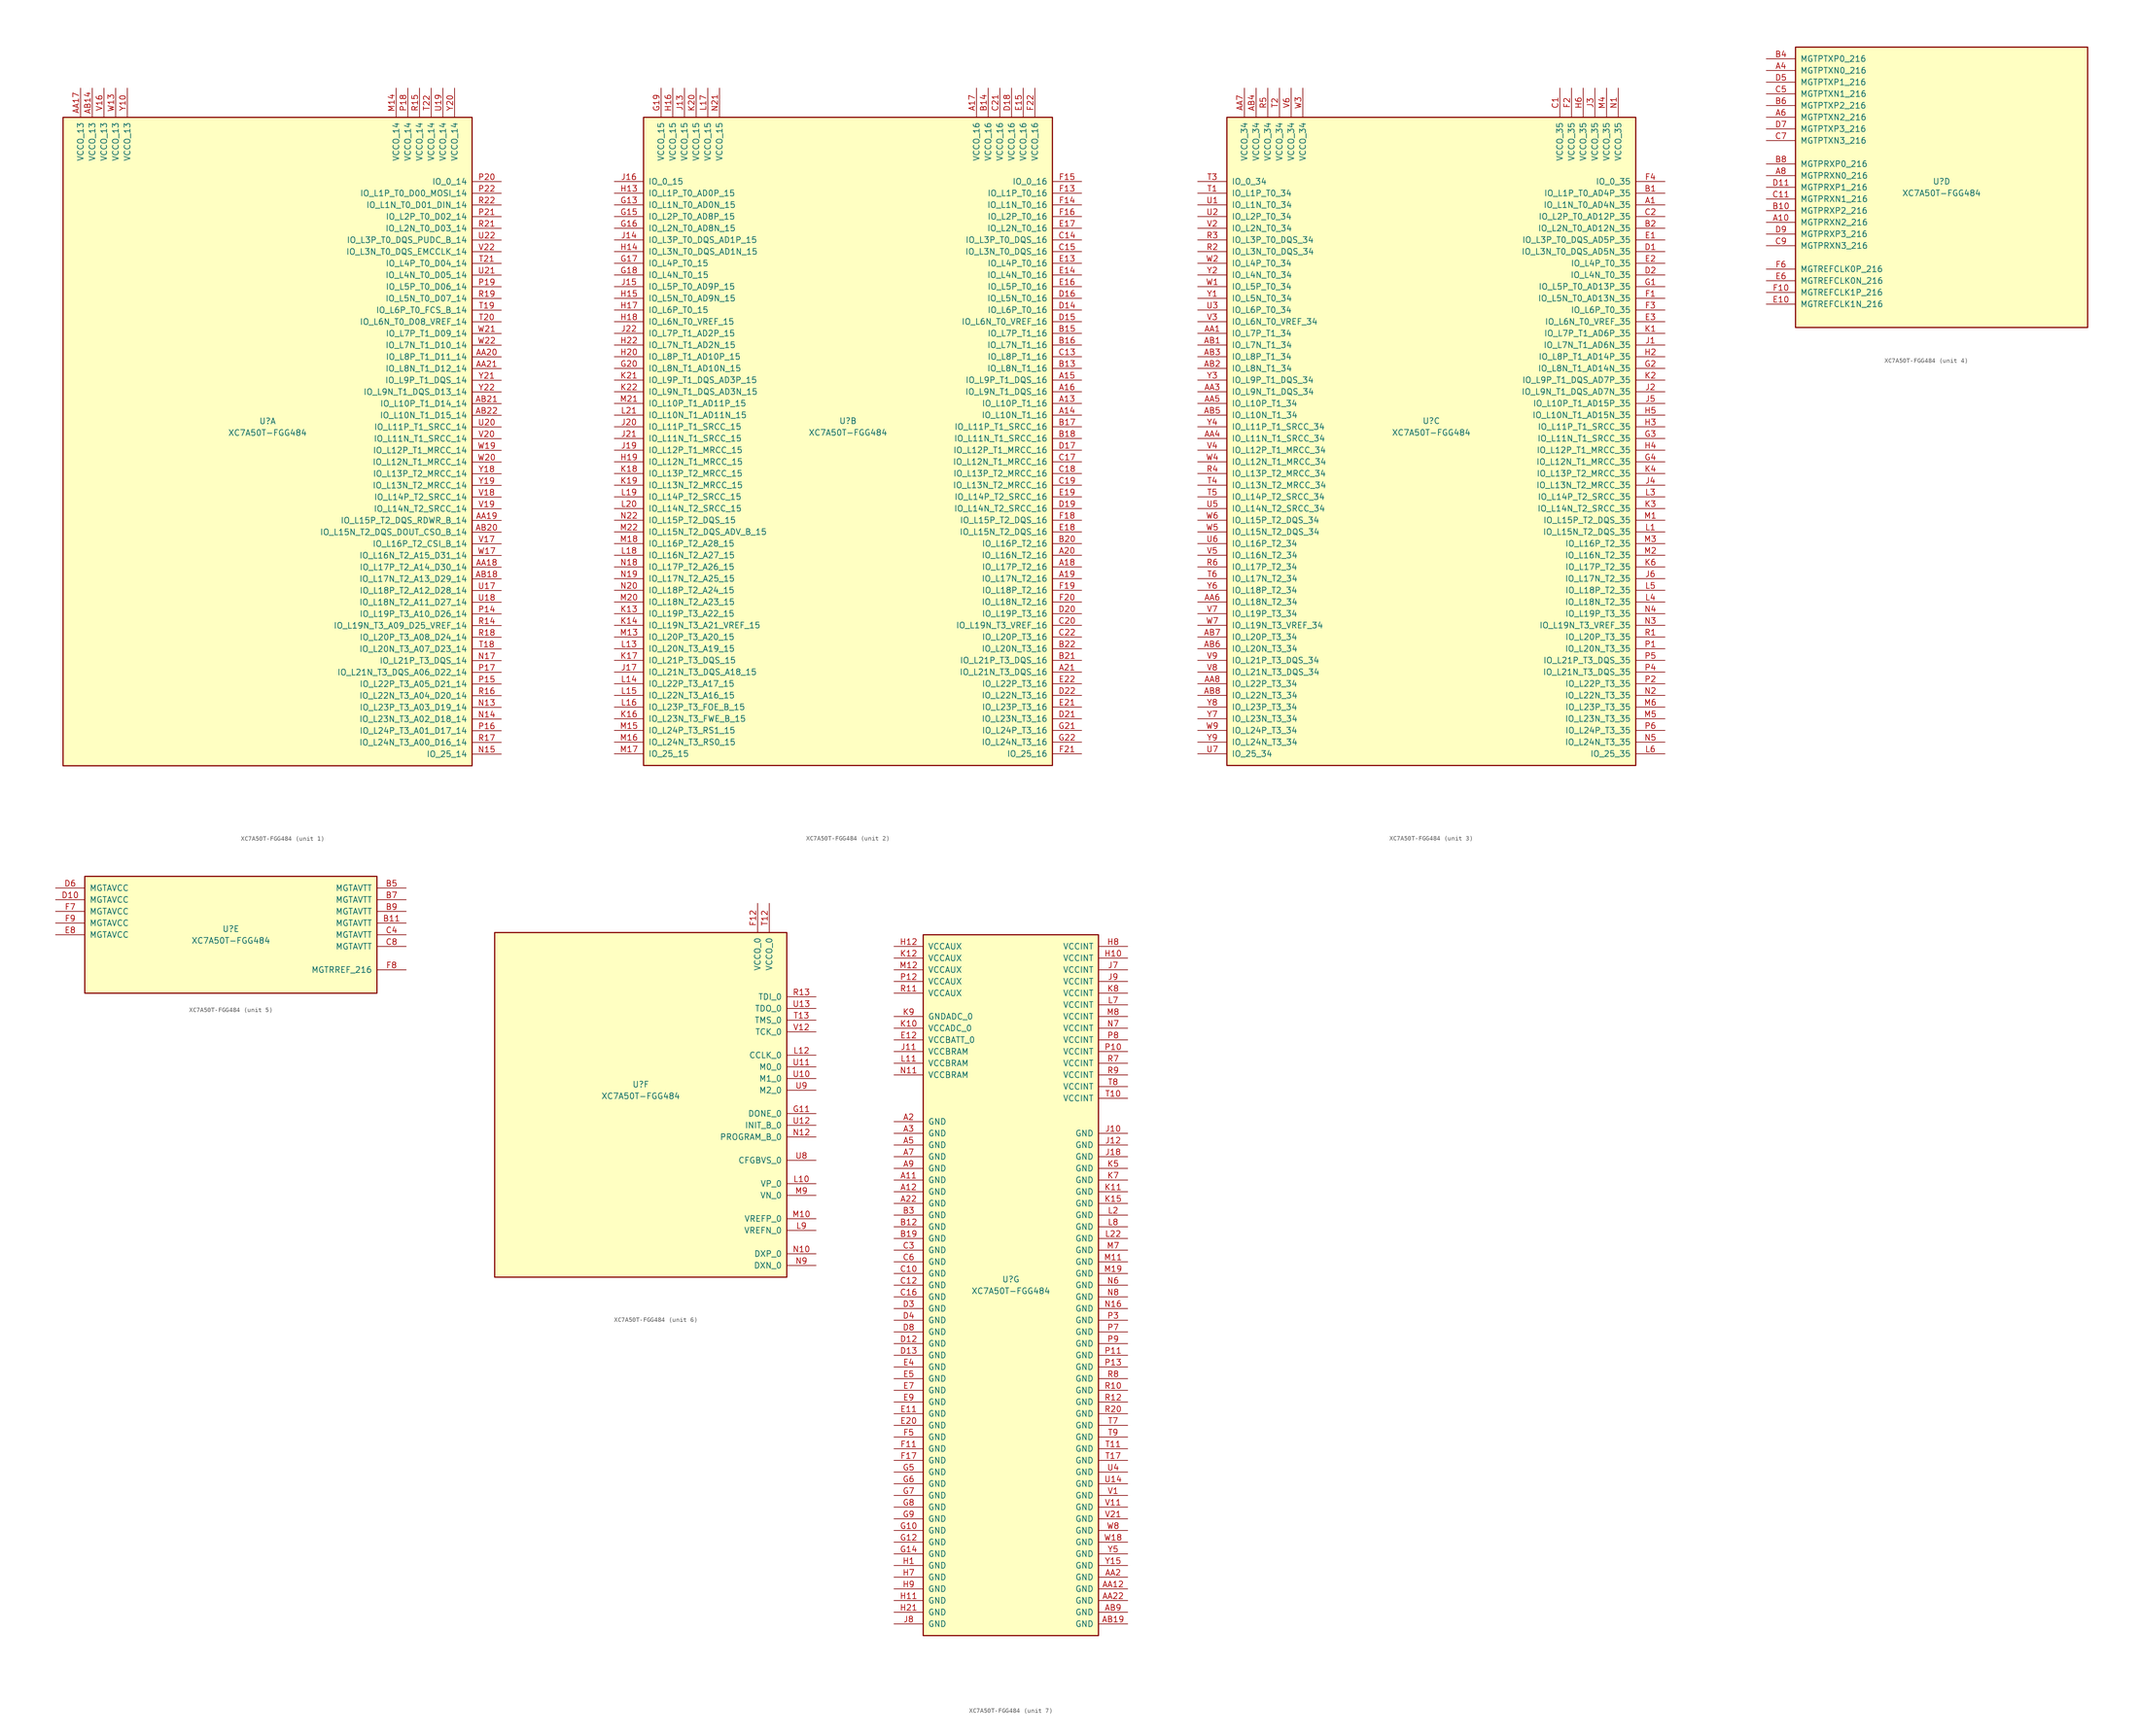
<source format=kicad_sym>
(kicad_symbol_lib
  (version 20231120)
  (generator "kicad_symbol_editor")
  (generator_version "8.0")
  (symbol "XC7A50T-FGG484"
    (pin_names
      (offset 1.016))
    (property "Reference" "U"
      (at 0 1.27 0)
      (effects (font (size 1.27 1.27))))
    (property "Value" "XC7A50T-FGG484"
      (at 0 -1.27 0)
      (effects (font (size 1.27 1.27))))
    (property "Datasheet" ""
      (at 0 0 0)
      (effects (font (size 1.27 1.27))))
    (property "ki_locked" ""
      (at 0 0 0)
      (effects (font (size 1.27 1.27))))
    (symbol "XC7A50T-FGG484_1_1"
      (rectangle (start -44.45 67.31) (end 44.45 -73.66) (stroke (width 0.254) (type default)) (fill (type background)))
      (pin power_in line (at -40.64 73.66 270) (length 6.35) (name "VCCO_13" (effects (font (size 1.27 1.27)))) (number "AA17" (effects (font (size 1.27 1.27)))))
      (pin bidirectional line (at 50.8 -30.48 180) (length 6.35) (name "IO_L17P_T2_A14_D30_14" (effects (font (size 1.27 1.27)))) (number "AA18" (effects (font (size 1.27 1.27)))))
      (pin bidirectional line (at 50.8 -20.32 180) (length 6.35) (name "IO_L15P_T2_DQS_RDWR_B_14" (effects (font (size 1.27 1.27)))) (number "AA19" (effects (font (size 1.27 1.27)))))
      (pin bidirectional line (at 50.8 15.24 180) (length 6.35) (name "IO_L8P_T1_D11_14" (effects (font (size 1.27 1.27)))) (number "AA20" (effects (font (size 1.27 1.27)))))
      (pin bidirectional line (at 50.8 12.7 180) (length 6.35) (name "IO_L8N_T1_D12_14" (effects (font (size 1.27 1.27)))) (number "AA21" (effects (font (size 1.27 1.27)))))
      (pin power_in line (at -38.1 73.66 270) (length 6.35) (name "VCCO_13" (effects (font (size 1.27 1.27)))) (number "AB14" (effects (font (size 1.27 1.27)))))
      (pin bidirectional line (at 50.8 -33.02 180) (length 6.35) (name "IO_L17N_T2_A13_D29_14" (effects (font (size 1.27 1.27)))) (number "AB18" (effects (font (size 1.27 1.27)))))
      (pin bidirectional line (at 50.8 -22.86 180) (length 6.35) (name "IO_L15N_T2_DQS_DOUT_CSO_B_14" (effects (font (size 1.27 1.27)))) (number "AB20" (effects (font (size 1.27 1.27)))))
      (pin bidirectional line (at 50.8 5.08 180) (length 6.35) (name "IO_L10P_T1_D14_14" (effects (font (size 1.27 1.27)))) (number "AB21" (effects (font (size 1.27 1.27)))))
      (pin bidirectional line (at 50.8 2.54 180) (length 6.35) (name "IO_L10N_T1_D15_14" (effects (font (size 1.27 1.27)))) (number "AB22" (effects (font (size 1.27 1.27)))))
      (pin power_in line (at 27.94 73.66 270) (length 6.35) (name "VCCO_14" (effects (font (size 1.27 1.27)))) (number "M14" (effects (font (size 1.27 1.27)))))
      (pin bidirectional line (at 50.8 -60.96 180) (length 6.35) (name "IO_L23P_T3_A03_D19_14" (effects (font (size 1.27 1.27)))) (number "N13" (effects (font (size 1.27 1.27)))))
      (pin bidirectional line (at 50.8 -63.5 180) (length 6.35) (name "IO_L23N_T3_A02_D18_14" (effects (font (size 1.27 1.27)))) (number "N14" (effects (font (size 1.27 1.27)))))
      (pin bidirectional line (at 50.8 -71.12 180) (length 6.35) (name "IO_25_14" (effects (font (size 1.27 1.27)))) (number "N15" (effects (font (size 1.27 1.27)))))
      (pin bidirectional line (at 50.8 -50.8 180) (length 6.35) (name "IO_L21P_T3_DQS_14" (effects (font (size 1.27 1.27)))) (number "N17" (effects (font (size 1.27 1.27)))))
      (pin bidirectional line (at 50.8 -40.64 180) (length 6.35) (name "IO_L19P_T3_A10_D26_14" (effects (font (size 1.27 1.27)))) (number "P14" (effects (font (size 1.27 1.27)))))
      (pin bidirectional line (at 50.8 -55.88 180) (length 6.35) (name "IO_L22P_T3_A05_D21_14" (effects (font (size 1.27 1.27)))) (number "P15" (effects (font (size 1.27 1.27)))))
      (pin bidirectional line (at 50.8 -66.04 180) (length 6.35) (name "IO_L24P_T3_A01_D17_14" (effects (font (size 1.27 1.27)))) (number "P16" (effects (font (size 1.27 1.27)))))
      (pin bidirectional line (at 50.8 -53.34 180) (length 6.35) (name "IO_L21N_T3_DQS_A06_D22_14" (effects (font (size 1.27 1.27)))) (number "P17" (effects (font (size 1.27 1.27)))))
      (pin power_in line (at 30.48 73.66 270) (length 6.35) (name "VCCO_14" (effects (font (size 1.27 1.27)))) (number "P18" (effects (font (size 1.27 1.27)))))
      (pin bidirectional line (at 50.8 30.48 180) (length 6.35) (name "IO_L5P_T0_D06_14" (effects (font (size 1.27 1.27)))) (number "P19" (effects (font (size 1.27 1.27)))))
      (pin bidirectional line (at 50.8 53.34 180) (length 6.35) (name "IO_0_14" (effects (font (size 1.27 1.27)))) (number "P20" (effects (font (size 1.27 1.27)))))
      (pin bidirectional line (at 50.8 45.72 180) (length 6.35) (name "IO_L2P_T0_D02_14" (effects (font (size 1.27 1.27)))) (number "P21" (effects (font (size 1.27 1.27)))))
      (pin bidirectional line (at 50.8 50.8 180) (length 6.35) (name "IO_L1P_T0_D00_MOSI_14" (effects (font (size 1.27 1.27)))) (number "P22" (effects (font (size 1.27 1.27)))))
      (pin bidirectional line (at 50.8 -43.18 180) (length 6.35) (name "IO_L19N_T3_A09_D25_VREF_14" (effects (font (size 1.27 1.27)))) (number "R14" (effects (font (size 1.27 1.27)))))
      (pin power_in line (at 33.02 73.66 270) (length 6.35) (name "VCCO_14" (effects (font (size 1.27 1.27)))) (number "R15" (effects (font (size 1.27 1.27)))))
      (pin bidirectional line (at 50.8 -58.42 180) (length 6.35) (name "IO_L22N_T3_A04_D20_14" (effects (font (size 1.27 1.27)))) (number "R16" (effects (font (size 1.27 1.27)))))
      (pin bidirectional line (at 50.8 -68.58 180) (length 6.35) (name "IO_L24N_T3_A00_D16_14" (effects (font (size 1.27 1.27)))) (number "R17" (effects (font (size 1.27 1.27)))))
      (pin bidirectional line (at 50.8 -45.72 180) (length 6.35) (name "IO_L20P_T3_A08_D24_14" (effects (font (size 1.27 1.27)))) (number "R18" (effects (font (size 1.27 1.27)))))
      (pin bidirectional line (at 50.8 27.94 180) (length 6.35) (name "IO_L5N_T0_D07_14" (effects (font (size 1.27 1.27)))) (number "R19" (effects (font (size 1.27 1.27)))))
      (pin bidirectional line (at 50.8 43.18 180) (length 6.35) (name "IO_L2N_T0_D03_14" (effects (font (size 1.27 1.27)))) (number "R21" (effects (font (size 1.27 1.27)))))
      (pin bidirectional line (at 50.8 48.26 180) (length 6.35) (name "IO_L1N_T0_D01_DIN_14" (effects (font (size 1.27 1.27)))) (number "R22" (effects (font (size 1.27 1.27)))))
      (pin bidirectional line (at 50.8 -48.26 180) (length 6.35) (name "IO_L20N_T3_A07_D23_14" (effects (font (size 1.27 1.27)))) (number "T18" (effects (font (size 1.27 1.27)))))
      (pin bidirectional line (at 50.8 25.4 180) (length 6.35) (name "IO_L6P_T0_FCS_B_14" (effects (font (size 1.27 1.27)))) (number "T19" (effects (font (size 1.27 1.27)))))
      (pin bidirectional line (at 50.8 22.86 180) (length 6.35) (name "IO_L6N_T0_D08_VREF_14" (effects (font (size 1.27 1.27)))) (number "T20" (effects (font (size 1.27 1.27)))))
      (pin bidirectional line (at 50.8 35.56 180) (length 6.35) (name "IO_L4P_T0_D04_14" (effects (font (size 1.27 1.27)))) (number "T21" (effects (font (size 1.27 1.27)))))
      (pin power_in line (at 35.56 73.66 270) (length 6.35) (name "VCCO_14" (effects (font (size 1.27 1.27)))) (number "T22" (effects (font (size 1.27 1.27)))))
      (pin bidirectional line (at 50.8 -35.56 180) (length 6.35) (name "IO_L18P_T2_A12_D28_14" (effects (font (size 1.27 1.27)))) (number "U17" (effects (font (size 1.27 1.27)))))
      (pin bidirectional line (at 50.8 -38.1 180) (length 6.35) (name "IO_L18N_T2_A11_D27_14" (effects (font (size 1.27 1.27)))) (number "U18" (effects (font (size 1.27 1.27)))))
      (pin power_in line (at 38.1 73.66 270) (length 6.35) (name "VCCO_14" (effects (font (size 1.27 1.27)))) (number "U19" (effects (font (size 1.27 1.27)))))
      (pin bidirectional line (at 50.8 0 180) (length 6.35) (name "IO_L11P_T1_SRCC_14" (effects (font (size 1.27 1.27)))) (number "U20" (effects (font (size 1.27 1.27)))))
      (pin bidirectional line (at 50.8 33.02 180) (length 6.35) (name "IO_L4N_T0_D05_14" (effects (font (size 1.27 1.27)))) (number "U21" (effects (font (size 1.27 1.27)))))
      (pin bidirectional line (at 50.8 40.64 180) (length 6.35) (name "IO_L3P_T0_DQS_PUDC_B_14" (effects (font (size 1.27 1.27)))) (number "U22" (effects (font (size 1.27 1.27)))))
      (pin power_in line (at -35.56 73.66 270) (length 6.35) (name "VCCO_13" (effects (font (size 1.27 1.27)))) (number "V16" (effects (font (size 1.27 1.27)))))
      (pin bidirectional line (at 50.8 -25.4 180) (length 6.35) (name "IO_L16P_T2_CSI_B_14" (effects (font (size 1.27 1.27)))) (number "V17" (effects (font (size 1.27 1.27)))))
      (pin bidirectional line (at 50.8 -15.24 180) (length 6.35) (name "IO_L14P_T2_SRCC_14" (effects (font (size 1.27 1.27)))) (number "V18" (effects (font (size 1.27 1.27)))))
      (pin bidirectional line (at 50.8 -17.78 180) (length 6.35) (name "IO_L14N_T2_SRCC_14" (effects (font (size 1.27 1.27)))) (number "V19" (effects (font (size 1.27 1.27)))))
      (pin bidirectional line (at 50.8 -2.54 180) (length 6.35) (name "IO_L11N_T1_SRCC_14" (effects (font (size 1.27 1.27)))) (number "V20" (effects (font (size 1.27 1.27)))))
      (pin bidirectional line (at 50.8 38.1 180) (length 6.35) (name "IO_L3N_T0_DQS_EMCCLK_14" (effects (font (size 1.27 1.27)))) (number "V22" (effects (font (size 1.27 1.27)))))
      (pin power_in line (at -33.02 73.66 270) (length 6.35) (name "VCCO_13" (effects (font (size 1.27 1.27)))) (number "W13" (effects (font (size 1.27 1.27)))))
      (pin bidirectional line (at 50.8 -27.94 180) (length 6.35) (name "IO_L16N_T2_A15_D31_14" (effects (font (size 1.27 1.27)))) (number "W17" (effects (font (size 1.27 1.27)))))
      (pin bidirectional line (at 50.8 -5.08 180) (length 6.35) (name "IO_L12P_T1_MRCC_14" (effects (font (size 1.27 1.27)))) (number "W19" (effects (font (size 1.27 1.27)))))
      (pin bidirectional line (at 50.8 -7.62 180) (length 6.35) (name "IO_L12N_T1_MRCC_14" (effects (font (size 1.27 1.27)))) (number "W20" (effects (font (size 1.27 1.27)))))
      (pin bidirectional line (at 50.8 20.32 180) (length 6.35) (name "IO_L7P_T1_D09_14" (effects (font (size 1.27 1.27)))) (number "W21" (effects (font (size 1.27 1.27)))))
      (pin bidirectional line (at 50.8 17.78 180) (length 6.35) (name "IO_L7N_T1_D10_14" (effects (font (size 1.27 1.27)))) (number "W22" (effects (font (size 1.27 1.27)))))
      (pin power_in line (at -30.48 73.66 270) (length 6.35) (name "VCCO_13" (effects (font (size 1.27 1.27)))) (number "Y10" (effects (font (size 1.27 1.27)))))
      (pin bidirectional line (at 50.8 -10.16 180) (length 6.35) (name "IO_L13P_T2_MRCC_14" (effects (font (size 1.27 1.27)))) (number "Y18" (effects (font (size 1.27 1.27)))))
      (pin bidirectional line (at 50.8 -12.7 180) (length 6.35) (name "IO_L13N_T2_MRCC_14" (effects (font (size 1.27 1.27)))) (number "Y19" (effects (font (size 1.27 1.27)))))
      (pin power_in line (at 40.64 73.66 270) (length 6.35) (name "VCCO_14" (effects (font (size 1.27 1.27)))) (number "Y20" (effects (font (size 1.27 1.27)))))
      (pin bidirectional line (at 50.8 10.16 180) (length 6.35) (name "IO_L9P_T1_DQS_14" (effects (font (size 1.27 1.27)))) (number "Y21" (effects (font (size 1.27 1.27)))))
      (pin bidirectional line (at 50.8 7.62 180) (length 6.35) (name "IO_L9N_T1_DQS_D13_14" (effects (font (size 1.27 1.27)))) (number "Y22" (effects (font (size 1.27 1.27))))))
    (symbol "XC7A50T-FGG484_2_1"
      (rectangle (start -44.45 67.31) (end 44.45 -73.66) (stroke (width 0.254) (type default)) (fill (type background)))
      (pin bidirectional line (at 50.8 5.08 180) (length 6.35) (name "IO_L10P_T1_16" (effects (font (size 1.27 1.27)))) (number "A13" (effects (font (size 1.27 1.27)))))
      (pin bidirectional line (at 50.8 2.54 180) (length 6.35) (name "IO_L10N_T1_16" (effects (font (size 1.27 1.27)))) (number "A14" (effects (font (size 1.27 1.27)))))
      (pin bidirectional line (at 50.8 10.16 180) (length 6.35) (name "IO_L9P_T1_DQS_16" (effects (font (size 1.27 1.27)))) (number "A15" (effects (font (size 1.27 1.27)))))
      (pin bidirectional line (at 50.8 7.62 180) (length 6.35) (name "IO_L9N_T1_DQS_16" (effects (font (size 1.27 1.27)))) (number "A16" (effects (font (size 1.27 1.27)))))
      (pin power_in line (at 27.94 73.66 270) (length 6.35) (name "VCCO_16" (effects (font (size 1.27 1.27)))) (number "A17" (effects (font (size 1.27 1.27)))))
      (pin bidirectional line (at 50.8 -30.48 180) (length 6.35) (name "IO_L17P_T2_16" (effects (font (size 1.27 1.27)))) (number "A18" (effects (font (size 1.27 1.27)))))
      (pin bidirectional line (at 50.8 -33.02 180) (length 6.35) (name "IO_L17N_T2_16" (effects (font (size 1.27 1.27)))) (number "A19" (effects (font (size 1.27 1.27)))))
      (pin bidirectional line (at 50.8 -27.94 180) (length 6.35) (name "IO_L16N_T2_16" (effects (font (size 1.27 1.27)))) (number "A20" (effects (font (size 1.27 1.27)))))
      (pin bidirectional line (at 50.8 -53.34 180) (length 6.35) (name "IO_L21N_T3_DQS_16" (effects (font (size 1.27 1.27)))) (number "A21" (effects (font (size 1.27 1.27)))))
      (pin bidirectional line (at 50.8 12.7 180) (length 6.35) (name "IO_L8N_T1_16" (effects (font (size 1.27 1.27)))) (number "B13" (effects (font (size 1.27 1.27)))))
      (pin power_in line (at 30.48 73.66 270) (length 6.35) (name "VCCO_16" (effects (font (size 1.27 1.27)))) (number "B14" (effects (font (size 1.27 1.27)))))
      (pin bidirectional line (at 50.8 20.32 180) (length 6.35) (name "IO_L7P_T1_16" (effects (font (size 1.27 1.27)))) (number "B15" (effects (font (size 1.27 1.27)))))
      (pin bidirectional line (at 50.8 17.78 180) (length 6.35) (name "IO_L7N_T1_16" (effects (font (size 1.27 1.27)))) (number "B16" (effects (font (size 1.27 1.27)))))
      (pin bidirectional line (at 50.8 0 180) (length 6.35) (name "IO_L11P_T1_SRCC_16" (effects (font (size 1.27 1.27)))) (number "B17" (effects (font (size 1.27 1.27)))))
      (pin bidirectional line (at 50.8 -2.54 180) (length 6.35) (name "IO_L11N_T1_SRCC_16" (effects (font (size 1.27 1.27)))) (number "B18" (effects (font (size 1.27 1.27)))))
      (pin bidirectional line (at 50.8 -25.4 180) (length 6.35) (name "IO_L16P_T2_16" (effects (font (size 1.27 1.27)))) (number "B20" (effects (font (size 1.27 1.27)))))
      (pin bidirectional line (at 50.8 -50.8 180) (length 6.35) (name "IO_L21P_T3_DQS_16" (effects (font (size 1.27 1.27)))) (number "B21" (effects (font (size 1.27 1.27)))))
      (pin bidirectional line (at 50.8 -48.26 180) (length 6.35) (name "IO_L20N_T3_16" (effects (font (size 1.27 1.27)))) (number "B22" (effects (font (size 1.27 1.27)))))
      (pin bidirectional line (at 50.8 15.24 180) (length 6.35) (name "IO_L8P_T1_16" (effects (font (size 1.27 1.27)))) (number "C13" (effects (font (size 1.27 1.27)))))
      (pin bidirectional line (at 50.8 40.64 180) (length 6.35) (name "IO_L3P_T0_DQS_16" (effects (font (size 1.27 1.27)))) (number "C14" (effects (font (size 1.27 1.27)))))
      (pin bidirectional line (at 50.8 38.1 180) (length 6.35) (name "IO_L3N_T0_DQS_16" (effects (font (size 1.27 1.27)))) (number "C15" (effects (font (size 1.27 1.27)))))
      (pin bidirectional line (at 50.8 -7.62 180) (length 6.35) (name "IO_L12N_T1_MRCC_16" (effects (font (size 1.27 1.27)))) (number "C17" (effects (font (size 1.27 1.27)))))
      (pin bidirectional line (at 50.8 -10.16 180) (length 6.35) (name "IO_L13P_T2_MRCC_16" (effects (font (size 1.27 1.27)))) (number "C18" (effects (font (size 1.27 1.27)))))
      (pin bidirectional line (at 50.8 -12.7 180) (length 6.35) (name "IO_L13N_T2_MRCC_16" (effects (font (size 1.27 1.27)))) (number "C19" (effects (font (size 1.27 1.27)))))
      (pin bidirectional line (at 50.8 -43.18 180) (length 6.35) (name "IO_L19N_T3_VREF_16" (effects (font (size 1.27 1.27)))) (number "C20" (effects (font (size 1.27 1.27)))))
      (pin power_in line (at 33.02 73.66 270) (length 6.35) (name "VCCO_16" (effects (font (size 1.27 1.27)))) (number "C21" (effects (font (size 1.27 1.27)))))
      (pin bidirectional line (at 50.8 -45.72 180) (length 6.35) (name "IO_L20P_T3_16" (effects (font (size 1.27 1.27)))) (number "C22" (effects (font (size 1.27 1.27)))))
      (pin bidirectional line (at 50.8 25.4 180) (length 6.35) (name "IO_L6P_T0_16" (effects (font (size 1.27 1.27)))) (number "D14" (effects (font (size 1.27 1.27)))))
      (pin bidirectional line (at 50.8 22.86 180) (length 6.35) (name "IO_L6N_T0_VREF_16" (effects (font (size 1.27 1.27)))) (number "D15" (effects (font (size 1.27 1.27)))))
      (pin bidirectional line (at 50.8 27.94 180) (length 6.35) (name "IO_L5N_T0_16" (effects (font (size 1.27 1.27)))) (number "D16" (effects (font (size 1.27 1.27)))))
      (pin bidirectional line (at 50.8 -5.08 180) (length 6.35) (name "IO_L12P_T1_MRCC_16" (effects (font (size 1.27 1.27)))) (number "D17" (effects (font (size 1.27 1.27)))))
      (pin power_in line (at 35.56 73.66 270) (length 6.35) (name "VCCO_16" (effects (font (size 1.27 1.27)))) (number "D18" (effects (font (size 1.27 1.27)))))
      (pin bidirectional line (at 50.8 -17.78 180) (length 6.35) (name "IO_L14N_T2_SRCC_16" (effects (font (size 1.27 1.27)))) (number "D19" (effects (font (size 1.27 1.27)))))
      (pin bidirectional line (at 50.8 -40.64 180) (length 6.35) (name "IO_L19P_T3_16" (effects (font (size 1.27 1.27)))) (number "D20" (effects (font (size 1.27 1.27)))))
      (pin bidirectional line (at 50.8 -63.5 180) (length 6.35) (name "IO_L23N_T3_16" (effects (font (size 1.27 1.27)))) (number "D21" (effects (font (size 1.27 1.27)))))
      (pin bidirectional line (at 50.8 -58.42 180) (length 6.35) (name "IO_L22N_T3_16" (effects (font (size 1.27 1.27)))) (number "D22" (effects (font (size 1.27 1.27)))))
      (pin bidirectional line (at 50.8 35.56 180) (length 6.35) (name "IO_L4P_T0_16" (effects (font (size 1.27 1.27)))) (number "E13" (effects (font (size 1.27 1.27)))))
      (pin bidirectional line (at 50.8 33.02 180) (length 6.35) (name "IO_L4N_T0_16" (effects (font (size 1.27 1.27)))) (number "E14" (effects (font (size 1.27 1.27)))))
      (pin power_in line (at 38.1 73.66 270) (length 6.35) (name "VCCO_16" (effects (font (size 1.27 1.27)))) (number "E15" (effects (font (size 1.27 1.27)))))
      (pin bidirectional line (at 50.8 30.48 180) (length 6.35) (name "IO_L5P_T0_16" (effects (font (size 1.27 1.27)))) (number "E16" (effects (font (size 1.27 1.27)))))
      (pin bidirectional line (at 50.8 43.18 180) (length 6.35) (name "IO_L2N_T0_16" (effects (font (size 1.27 1.27)))) (number "E17" (effects (font (size 1.27 1.27)))))
      (pin bidirectional line (at 50.8 -22.86 180) (length 6.35) (name "IO_L15N_T2_DQS_16" (effects (font (size 1.27 1.27)))) (number "E18" (effects (font (size 1.27 1.27)))))
      (pin bidirectional line (at 50.8 -15.24 180) (length 6.35) (name "IO_L14P_T2_SRCC_16" (effects (font (size 1.27 1.27)))) (number "E19" (effects (font (size 1.27 1.27)))))
      (pin bidirectional line (at 50.8 -60.96 180) (length 6.35) (name "IO_L23P_T3_16" (effects (font (size 1.27 1.27)))) (number "E21" (effects (font (size 1.27 1.27)))))
      (pin bidirectional line (at 50.8 -55.88 180) (length 6.35) (name "IO_L22P_T3_16" (effects (font (size 1.27 1.27)))) (number "E22" (effects (font (size 1.27 1.27)))))
      (pin bidirectional line (at 50.8 50.8 180) (length 6.35) (name "IO_L1P_T0_16" (effects (font (size 1.27 1.27)))) (number "F13" (effects (font (size 1.27 1.27)))))
      (pin bidirectional line (at 50.8 48.26 180) (length 6.35) (name "IO_L1N_T0_16" (effects (font (size 1.27 1.27)))) (number "F14" (effects (font (size 1.27 1.27)))))
      (pin bidirectional line (at 50.8 53.34 180) (length 6.35) (name "IO_0_16" (effects (font (size 1.27 1.27)))) (number "F15" (effects (font (size 1.27 1.27)))))
      (pin bidirectional line (at 50.8 45.72 180) (length 6.35) (name "IO_L2P_T0_16" (effects (font (size 1.27 1.27)))) (number "F16" (effects (font (size 1.27 1.27)))))
      (pin bidirectional line (at 50.8 -20.32 180) (length 6.35) (name "IO_L15P_T2_DQS_16" (effects (font (size 1.27 1.27)))) (number "F18" (effects (font (size 1.27 1.27)))))
      (pin bidirectional line (at 50.8 -35.56 180) (length 6.35) (name "IO_L18P_T2_16" (effects (font (size 1.27 1.27)))) (number "F19" (effects (font (size 1.27 1.27)))))
      (pin bidirectional line (at 50.8 -38.1 180) (length 6.35) (name "IO_L18N_T2_16" (effects (font (size 1.27 1.27)))) (number "F20" (effects (font (size 1.27 1.27)))))
      (pin bidirectional line (at 50.8 -71.12 180) (length 6.35) (name "IO_25_16" (effects (font (size 1.27 1.27)))) (number "F21" (effects (font (size 1.27 1.27)))))
      (pin power_in line (at 40.64 73.66 270) (length 6.35) (name "VCCO_16" (effects (font (size 1.27 1.27)))) (number "F22" (effects (font (size 1.27 1.27)))))
      (pin bidirectional line (at -50.8 48.26 0) (length 6.35) (name "IO_L1N_T0_AD0N_15" (effects (font (size 1.27 1.27)))) (number "G13" (effects (font (size 1.27 1.27)))))
      (pin bidirectional line (at -50.8 45.72 0) (length 6.35) (name "IO_L2P_T0_AD8P_15" (effects (font (size 1.27 1.27)))) (number "G15" (effects (font (size 1.27 1.27)))))
      (pin bidirectional line (at -50.8 43.18 0) (length 6.35) (name "IO_L2N_T0_AD8N_15" (effects (font (size 1.27 1.27)))) (number "G16" (effects (font (size 1.27 1.27)))))
      (pin bidirectional line (at -50.8 35.56 0) (length 6.35) (name "IO_L4P_T0_15" (effects (font (size 1.27 1.27)))) (number "G17" (effects (font (size 1.27 1.27)))))
      (pin bidirectional line (at -50.8 33.02 0) (length 6.35) (name "IO_L4N_T0_15" (effects (font (size 1.27 1.27)))) (number "G18" (effects (font (size 1.27 1.27)))))
      (pin power_in line (at -40.64 73.66 270) (length 6.35) (name "VCCO_15" (effects (font (size 1.27 1.27)))) (number "G19" (effects (font (size 1.27 1.27)))))
      (pin bidirectional line (at -50.8 12.7 0) (length 6.35) (name "IO_L8N_T1_AD10N_15" (effects (font (size 1.27 1.27)))) (number "G20" (effects (font (size 1.27 1.27)))))
      (pin bidirectional line (at 50.8 -66.04 180) (length 6.35) (name "IO_L24P_T3_16" (effects (font (size 1.27 1.27)))) (number "G21" (effects (font (size 1.27 1.27)))))
      (pin bidirectional line (at 50.8 -68.58 180) (length 6.35) (name "IO_L24N_T3_16" (effects (font (size 1.27 1.27)))) (number "G22" (effects (font (size 1.27 1.27)))))
      (pin bidirectional line (at -50.8 50.8 0) (length 6.35) (name "IO_L1P_T0_AD0P_15" (effects (font (size 1.27 1.27)))) (number "H13" (effects (font (size 1.27 1.27)))))
      (pin bidirectional line (at -50.8 38.1 0) (length 6.35) (name "IO_L3N_T0_DQS_AD1N_15" (effects (font (size 1.27 1.27)))) (number "H14" (effects (font (size 1.27 1.27)))))
      (pin bidirectional line (at -50.8 27.94 0) (length 6.35) (name "IO_L5N_T0_AD9N_15" (effects (font (size 1.27 1.27)))) (number "H15" (effects (font (size 1.27 1.27)))))
      (pin power_in line (at -38.1 73.66 270) (length 6.35) (name "VCCO_15" (effects (font (size 1.27 1.27)))) (number "H16" (effects (font (size 1.27 1.27)))))
      (pin bidirectional line (at -50.8 25.4 0) (length 6.35) (name "IO_L6P_T0_15" (effects (font (size 1.27 1.27)))) (number "H17" (effects (font (size 1.27 1.27)))))
      (pin bidirectional line (at -50.8 22.86 0) (length 6.35) (name "IO_L6N_T0_VREF_15" (effects (font (size 1.27 1.27)))) (number "H18" (effects (font (size 1.27 1.27)))))
      (pin bidirectional line (at -50.8 -7.62 0) (length 6.35) (name "IO_L12N_T1_MRCC_15" (effects (font (size 1.27 1.27)))) (number "H19" (effects (font (size 1.27 1.27)))))
      (pin bidirectional line (at -50.8 15.24 0) (length 6.35) (name "IO_L8P_T1_AD10P_15" (effects (font (size 1.27 1.27)))) (number "H20" (effects (font (size 1.27 1.27)))))
      (pin bidirectional line (at -50.8 17.78 0) (length 6.35) (name "IO_L7N_T1_AD2N_15" (effects (font (size 1.27 1.27)))) (number "H22" (effects (font (size 1.27 1.27)))))
      (pin power_in line (at -35.56 73.66 270) (length 6.35) (name "VCCO_15" (effects (font (size 1.27 1.27)))) (number "J13" (effects (font (size 1.27 1.27)))))
      (pin bidirectional line (at -50.8 40.64 0) (length 6.35) (name "IO_L3P_T0_DQS_AD1P_15" (effects (font (size 1.27 1.27)))) (number "J14" (effects (font (size 1.27 1.27)))))
      (pin bidirectional line (at -50.8 30.48 0) (length 6.35) (name "IO_L5P_T0_AD9P_15" (effects (font (size 1.27 1.27)))) (number "J15" (effects (font (size 1.27 1.27)))))
      (pin bidirectional line (at -50.8 53.34 0) (length 6.35) (name "IO_0_15" (effects (font (size 1.27 1.27)))) (number "J16" (effects (font (size 1.27 1.27)))))
      (pin bidirectional line (at -50.8 -53.34 0) (length 6.35) (name "IO_L21N_T3_DQS_A18_15" (effects (font (size 1.27 1.27)))) (number "J17" (effects (font (size 1.27 1.27)))))
      (pin bidirectional line (at -50.8 -5.08 0) (length 6.35) (name "IO_L12P_T1_MRCC_15" (effects (font (size 1.27 1.27)))) (number "J19" (effects (font (size 1.27 1.27)))))
      (pin bidirectional line (at -50.8 0 0) (length 6.35) (name "IO_L11P_T1_SRCC_15" (effects (font (size 1.27 1.27)))) (number "J20" (effects (font (size 1.27 1.27)))))
      (pin bidirectional line (at -50.8 -2.54 0) (length 6.35) (name "IO_L11N_T1_SRCC_15" (effects (font (size 1.27 1.27)))) (number "J21" (effects (font (size 1.27 1.27)))))
      (pin bidirectional line (at -50.8 20.32 0) (length 6.35) (name "IO_L7P_T1_AD2P_15" (effects (font (size 1.27 1.27)))) (number "J22" (effects (font (size 1.27 1.27)))))
      (pin bidirectional line (at -50.8 -40.64 0) (length 6.35) (name "IO_L19P_T3_A22_15" (effects (font (size 1.27 1.27)))) (number "K13" (effects (font (size 1.27 1.27)))))
      (pin bidirectional line (at -50.8 -43.18 0) (length 6.35) (name "IO_L19N_T3_A21_VREF_15" (effects (font (size 1.27 1.27)))) (number "K14" (effects (font (size 1.27 1.27)))))
      (pin bidirectional line (at -50.8 -63.5 0) (length 6.35) (name "IO_L23N_T3_FWE_B_15" (effects (font (size 1.27 1.27)))) (number "K16" (effects (font (size 1.27 1.27)))))
      (pin bidirectional line (at -50.8 -50.8 0) (length 6.35) (name "IO_L21P_T3_DQS_15" (effects (font (size 1.27 1.27)))) (number "K17" (effects (font (size 1.27 1.27)))))
      (pin bidirectional line (at -50.8 -10.16 0) (length 6.35) (name "IO_L13P_T2_MRCC_15" (effects (font (size 1.27 1.27)))) (number "K18" (effects (font (size 1.27 1.27)))))
      (pin bidirectional line (at -50.8 -12.7 0) (length 6.35) (name "IO_L13N_T2_MRCC_15" (effects (font (size 1.27 1.27)))) (number "K19" (effects (font (size 1.27 1.27)))))
      (pin power_in line (at -33.02 73.66 270) (length 6.35) (name "VCCO_15" (effects (font (size 1.27 1.27)))) (number "K20" (effects (font (size 1.27 1.27)))))
      (pin bidirectional line (at -50.8 10.16 0) (length 6.35) (name "IO_L9P_T1_DQS_AD3P_15" (effects (font (size 1.27 1.27)))) (number "K21" (effects (font (size 1.27 1.27)))))
      (pin bidirectional line (at -50.8 7.62 0) (length 6.35) (name "IO_L9N_T1_DQS_AD3N_15" (effects (font (size 1.27 1.27)))) (number "K22" (effects (font (size 1.27 1.27)))))
      (pin bidirectional line (at -50.8 -48.26 0) (length 6.35) (name "IO_L20N_T3_A19_15" (effects (font (size 1.27 1.27)))) (number "L13" (effects (font (size 1.27 1.27)))))
      (pin bidirectional line (at -50.8 -55.88 0) (length 6.35) (name "IO_L22P_T3_A17_15" (effects (font (size 1.27 1.27)))) (number "L14" (effects (font (size 1.27 1.27)))))
      (pin bidirectional line (at -50.8 -58.42 0) (length 6.35) (name "IO_L22N_T3_A16_15" (effects (font (size 1.27 1.27)))) (number "L15" (effects (font (size 1.27 1.27)))))
      (pin bidirectional line (at -50.8 -60.96 0) (length 6.35) (name "IO_L23P_T3_FOE_B_15" (effects (font (size 1.27 1.27)))) (number "L16" (effects (font (size 1.27 1.27)))))
      (pin power_in line (at -30.48 73.66 270) (length 6.35) (name "VCCO_15" (effects (font (size 1.27 1.27)))) (number "L17" (effects (font (size 1.27 1.27)))))
      (pin bidirectional line (at -50.8 -27.94 0) (length 6.35) (name "IO_L16N_T2_A27_15" (effects (font (size 1.27 1.27)))) (number "L18" (effects (font (size 1.27 1.27)))))
      (pin bidirectional line (at -50.8 -15.24 0) (length 6.35) (name "IO_L14P_T2_SRCC_15" (effects (font (size 1.27 1.27)))) (number "L19" (effects (font (size 1.27 1.27)))))
      (pin bidirectional line (at -50.8 -17.78 0) (length 6.35) (name "IO_L14N_T2_SRCC_15" (effects (font (size 1.27 1.27)))) (number "L20" (effects (font (size 1.27 1.27)))))
      (pin bidirectional line (at -50.8 2.54 0) (length 6.35) (name "IO_L10N_T1_AD11N_15" (effects (font (size 1.27 1.27)))) (number "L21" (effects (font (size 1.27 1.27)))))
      (pin bidirectional line (at -50.8 -45.72 0) (length 6.35) (name "IO_L20P_T3_A20_15" (effects (font (size 1.27 1.27)))) (number "M13" (effects (font (size 1.27 1.27)))))
      (pin bidirectional line (at -50.8 -66.04 0) (length 6.35) (name "IO_L24P_T3_RS1_15" (effects (font (size 1.27 1.27)))) (number "M15" (effects (font (size 1.27 1.27)))))
      (pin bidirectional line (at -50.8 -68.58 0) (length 6.35) (name "IO_L24N_T3_RS0_15" (effects (font (size 1.27 1.27)))) (number "M16" (effects (font (size 1.27 1.27)))))
      (pin bidirectional line (at -50.8 -71.12 0) (length 6.35) (name "IO_25_15" (effects (font (size 1.27 1.27)))) (number "M17" (effects (font (size 1.27 1.27)))))
      (pin bidirectional line (at -50.8 -25.4 0) (length 6.35) (name "IO_L16P_T2_A28_15" (effects (font (size 1.27 1.27)))) (number "M18" (effects (font (size 1.27 1.27)))))
      (pin bidirectional line (at -50.8 -38.1 0) (length 6.35) (name "IO_L18N_T2_A23_15" (effects (font (size 1.27 1.27)))) (number "M20" (effects (font (size 1.27 1.27)))))
      (pin bidirectional line (at -50.8 5.08 0) (length 6.35) (name "IO_L10P_T1_AD11P_15" (effects (font (size 1.27 1.27)))) (number "M21" (effects (font (size 1.27 1.27)))))
      (pin bidirectional line (at -50.8 -22.86 0) (length 6.35) (name "IO_L15N_T2_DQS_ADV_B_15" (effects (font (size 1.27 1.27)))) (number "M22" (effects (font (size 1.27 1.27)))))
      (pin bidirectional line (at -50.8 -30.48 0) (length 6.35) (name "IO_L17P_T2_A26_15" (effects (font (size 1.27 1.27)))) (number "N18" (effects (font (size 1.27 1.27)))))
      (pin bidirectional line (at -50.8 -33.02 0) (length 6.35) (name "IO_L17N_T2_A25_15" (effects (font (size 1.27 1.27)))) (number "N19" (effects (font (size 1.27 1.27)))))
      (pin bidirectional line (at -50.8 -35.56 0) (length 6.35) (name "IO_L18P_T2_A24_15" (effects (font (size 1.27 1.27)))) (number "N20" (effects (font (size 1.27 1.27)))))
      (pin power_in line (at -27.94 73.66 270) (length 6.35) (name "VCCO_15" (effects (font (size 1.27 1.27)))) (number "N21" (effects (font (size 1.27 1.27)))))
      (pin bidirectional line (at -50.8 -20.32 0) (length 6.35) (name "IO_L15P_T2_DQS_15" (effects (font (size 1.27 1.27)))) (number "N22" (effects (font (size 1.27 1.27))))))
    (symbol "XC7A50T-FGG484_3_1"
      (rectangle (start -44.45 67.31) (end 44.45 -73.66) (stroke (width 0.254) (type default)) (fill (type background)))
      (pin bidirectional line (at 50.8 48.26 180) (length 6.35) (name "IO_L1N_T0_AD4N_35" (effects (font (size 1.27 1.27)))) (number "A1" (effects (font (size 1.27 1.27)))))
      (pin bidirectional line (at -50.8 20.32 0) (length 6.35) (name "IO_L7P_T1_34" (effects (font (size 1.27 1.27)))) (number "AA1" (effects (font (size 1.27 1.27)))))
      (pin bidirectional line (at -50.8 7.62 0) (length 6.35) (name "IO_L9N_T1_DQS_34" (effects (font (size 1.27 1.27)))) (number "AA3" (effects (font (size 1.27 1.27)))))
      (pin bidirectional line (at -50.8 -2.54 0) (length 6.35) (name "IO_L11N_T1_SRCC_34" (effects (font (size 1.27 1.27)))) (number "AA4" (effects (font (size 1.27 1.27)))))
      (pin bidirectional line (at -50.8 5.08 0) (length 6.35) (name "IO_L10P_T1_34" (effects (font (size 1.27 1.27)))) (number "AA5" (effects (font (size 1.27 1.27)))))
      (pin bidirectional line (at -50.8 -38.1 0) (length 6.35) (name "IO_L18N_T2_34" (effects (font (size 1.27 1.27)))) (number "AA6" (effects (font (size 1.27 1.27)))))
      (pin power_in line (at -40.64 73.66 270) (length 6.35) (name "VCCO_34" (effects (font (size 1.27 1.27)))) (number "AA7" (effects (font (size 1.27 1.27)))))
      (pin bidirectional line (at -50.8 -55.88 0) (length 6.35) (name "IO_L22P_T3_34" (effects (font (size 1.27 1.27)))) (number "AA8" (effects (font (size 1.27 1.27)))))
      (pin bidirectional line (at -50.8 17.78 0) (length 6.35) (name "IO_L7N_T1_34" (effects (font (size 1.27 1.27)))) (number "AB1" (effects (font (size 1.27 1.27)))))
      (pin bidirectional line (at -50.8 12.7 0) (length 6.35) (name "IO_L8N_T1_34" (effects (font (size 1.27 1.27)))) (number "AB2" (effects (font (size 1.27 1.27)))))
      (pin bidirectional line (at -50.8 15.24 0) (length 6.35) (name "IO_L8P_T1_34" (effects (font (size 1.27 1.27)))) (number "AB3" (effects (font (size 1.27 1.27)))))
      (pin power_in line (at -38.1 73.66 270) (length 6.35) (name "VCCO_34" (effects (font (size 1.27 1.27)))) (number "AB4" (effects (font (size 1.27 1.27)))))
      (pin bidirectional line (at -50.8 2.54 0) (length 6.35) (name "IO_L10N_T1_34" (effects (font (size 1.27 1.27)))) (number "AB5" (effects (font (size 1.27 1.27)))))
      (pin bidirectional line (at -50.8 -48.26 0) (length 6.35) (name "IO_L20N_T3_34" (effects (font (size 1.27 1.27)))) (number "AB6" (effects (font (size 1.27 1.27)))))
      (pin bidirectional line (at -50.8 -45.72 0) (length 6.35) (name "IO_L20P_T3_34" (effects (font (size 1.27 1.27)))) (number "AB7" (effects (font (size 1.27 1.27)))))
      (pin bidirectional line (at -50.8 -58.42 0) (length 6.35) (name "IO_L22N_T3_34" (effects (font (size 1.27 1.27)))) (number "AB8" (effects (font (size 1.27 1.27)))))
      (pin bidirectional line (at 50.8 50.8 180) (length 6.35) (name "IO_L1P_T0_AD4P_35" (effects (font (size 1.27 1.27)))) (number "B1" (effects (font (size 1.27 1.27)))))
      (pin bidirectional line (at 50.8 43.18 180) (length 6.35) (name "IO_L2N_T0_AD12N_35" (effects (font (size 1.27 1.27)))) (number "B2" (effects (font (size 1.27 1.27)))))
      (pin power_in line (at 27.94 73.66 270) (length 6.35) (name "VCCO_35" (effects (font (size 1.27 1.27)))) (number "C1" (effects (font (size 1.27 1.27)))))
      (pin bidirectional line (at 50.8 45.72 180) (length 6.35) (name "IO_L2P_T0_AD12P_35" (effects (font (size 1.27 1.27)))) (number "C2" (effects (font (size 1.27 1.27)))))
      (pin bidirectional line (at 50.8 38.1 180) (length 6.35) (name "IO_L3N_T0_DQS_AD5N_35" (effects (font (size 1.27 1.27)))) (number "D1" (effects (font (size 1.27 1.27)))))
      (pin bidirectional line (at 50.8 33.02 180) (length 6.35) (name "IO_L4N_T0_35" (effects (font (size 1.27 1.27)))) (number "D2" (effects (font (size 1.27 1.27)))))
      (pin bidirectional line (at 50.8 40.64 180) (length 6.35) (name "IO_L3P_T0_DQS_AD5P_35" (effects (font (size 1.27 1.27)))) (number "E1" (effects (font (size 1.27 1.27)))))
      (pin bidirectional line (at 50.8 35.56 180) (length 6.35) (name "IO_L4P_T0_35" (effects (font (size 1.27 1.27)))) (number "E2" (effects (font (size 1.27 1.27)))))
      (pin bidirectional line (at 50.8 22.86 180) (length 6.35) (name "IO_L6N_T0_VREF_35" (effects (font (size 1.27 1.27)))) (number "E3" (effects (font (size 1.27 1.27)))))
      (pin bidirectional line (at 50.8 27.94 180) (length 6.35) (name "IO_L5N_T0_AD13N_35" (effects (font (size 1.27 1.27)))) (number "F1" (effects (font (size 1.27 1.27)))))
      (pin power_in line (at 30.48 73.66 270) (length 6.35) (name "VCCO_35" (effects (font (size 1.27 1.27)))) (number "F2" (effects (font (size 1.27 1.27)))))
      (pin bidirectional line (at 50.8 25.4 180) (length 6.35) (name "IO_L6P_T0_35" (effects (font (size 1.27 1.27)))) (number "F3" (effects (font (size 1.27 1.27)))))
      (pin bidirectional line (at 50.8 53.34 180) (length 6.35) (name "IO_0_35" (effects (font (size 1.27 1.27)))) (number "F4" (effects (font (size 1.27 1.27)))))
      (pin bidirectional line (at 50.8 30.48 180) (length 6.35) (name "IO_L5P_T0_AD13P_35" (effects (font (size 1.27 1.27)))) (number "G1" (effects (font (size 1.27 1.27)))))
      (pin bidirectional line (at 50.8 12.7 180) (length 6.35) (name "IO_L8N_T1_AD14N_35" (effects (font (size 1.27 1.27)))) (number "G2" (effects (font (size 1.27 1.27)))))
      (pin bidirectional line (at 50.8 -2.54 180) (length 6.35) (name "IO_L11N_T1_SRCC_35" (effects (font (size 1.27 1.27)))) (number "G3" (effects (font (size 1.27 1.27)))))
      (pin bidirectional line (at 50.8 -7.62 180) (length 6.35) (name "IO_L12N_T1_MRCC_35" (effects (font (size 1.27 1.27)))) (number "G4" (effects (font (size 1.27 1.27)))))
      (pin bidirectional line (at 50.8 15.24 180) (length 6.35) (name "IO_L8P_T1_AD14P_35" (effects (font (size 1.27 1.27)))) (number "H2" (effects (font (size 1.27 1.27)))))
      (pin bidirectional line (at 50.8 0 180) (length 6.35) (name "IO_L11P_T1_SRCC_35" (effects (font (size 1.27 1.27)))) (number "H3" (effects (font (size 1.27 1.27)))))
      (pin bidirectional line (at 50.8 -5.08 180) (length 6.35) (name "IO_L12P_T1_MRCC_35" (effects (font (size 1.27 1.27)))) (number "H4" (effects (font (size 1.27 1.27)))))
      (pin bidirectional line (at 50.8 2.54 180) (length 6.35) (name "IO_L10N_T1_AD15N_35" (effects (font (size 1.27 1.27)))) (number "H5" (effects (font (size 1.27 1.27)))))
      (pin power_in line (at 33.02 73.66 270) (length 6.35) (name "VCCO_35" (effects (font (size 1.27 1.27)))) (number "H6" (effects (font (size 1.27 1.27)))))
      (pin bidirectional line (at 50.8 17.78 180) (length 6.35) (name "IO_L7N_T1_AD6N_35" (effects (font (size 1.27 1.27)))) (number "J1" (effects (font (size 1.27 1.27)))))
      (pin bidirectional line (at 50.8 7.62 180) (length 6.35) (name "IO_L9N_T1_DQS_AD7N_35" (effects (font (size 1.27 1.27)))) (number "J2" (effects (font (size 1.27 1.27)))))
      (pin power_in line (at 35.56 73.66 270) (length 6.35) (name "VCCO_35" (effects (font (size 1.27 1.27)))) (number "J3" (effects (font (size 1.27 1.27)))))
      (pin bidirectional line (at 50.8 -12.7 180) (length 6.35) (name "IO_L13N_T2_MRCC_35" (effects (font (size 1.27 1.27)))) (number "J4" (effects (font (size 1.27 1.27)))))
      (pin bidirectional line (at 50.8 5.08 180) (length 6.35) (name "IO_L10P_T1_AD15P_35" (effects (font (size 1.27 1.27)))) (number "J5" (effects (font (size 1.27 1.27)))))
      (pin bidirectional line (at 50.8 -33.02 180) (length 6.35) (name "IO_L17N_T2_35" (effects (font (size 1.27 1.27)))) (number "J6" (effects (font (size 1.27 1.27)))))
      (pin bidirectional line (at 50.8 20.32 180) (length 6.35) (name "IO_L7P_T1_AD6P_35" (effects (font (size 1.27 1.27)))) (number "K1" (effects (font (size 1.27 1.27)))))
      (pin bidirectional line (at 50.8 10.16 180) (length 6.35) (name "IO_L9P_T1_DQS_AD7P_35" (effects (font (size 1.27 1.27)))) (number "K2" (effects (font (size 1.27 1.27)))))
      (pin bidirectional line (at 50.8 -17.78 180) (length 6.35) (name "IO_L14N_T2_SRCC_35" (effects (font (size 1.27 1.27)))) (number "K3" (effects (font (size 1.27 1.27)))))
      (pin bidirectional line (at 50.8 -10.16 180) (length 6.35) (name "IO_L13P_T2_MRCC_35" (effects (font (size 1.27 1.27)))) (number "K4" (effects (font (size 1.27 1.27)))))
      (pin bidirectional line (at 50.8 -30.48 180) (length 6.35) (name "IO_L17P_T2_35" (effects (font (size 1.27 1.27)))) (number "K6" (effects (font (size 1.27 1.27)))))
      (pin bidirectional line (at 50.8 -22.86 180) (length 6.35) (name "IO_L15N_T2_DQS_35" (effects (font (size 1.27 1.27)))) (number "L1" (effects (font (size 1.27 1.27)))))
      (pin bidirectional line (at 50.8 -15.24 180) (length 6.35) (name "IO_L14P_T2_SRCC_35" (effects (font (size 1.27 1.27)))) (number "L3" (effects (font (size 1.27 1.27)))))
      (pin bidirectional line (at 50.8 -38.1 180) (length 6.35) (name "IO_L18N_T2_35" (effects (font (size 1.27 1.27)))) (number "L4" (effects (font (size 1.27 1.27)))))
      (pin bidirectional line (at 50.8 -35.56 180) (length 6.35) (name "IO_L18P_T2_35" (effects (font (size 1.27 1.27)))) (number "L5" (effects (font (size 1.27 1.27)))))
      (pin bidirectional line (at 50.8 -71.12 180) (length 6.35) (name "IO_25_35" (effects (font (size 1.27 1.27)))) (number "L6" (effects (font (size 1.27 1.27)))))
      (pin bidirectional line (at 50.8 -20.32 180) (length 6.35) (name "IO_L15P_T2_DQS_35" (effects (font (size 1.27 1.27)))) (number "M1" (effects (font (size 1.27 1.27)))))
      (pin bidirectional line (at 50.8 -27.94 180) (length 6.35) (name "IO_L16N_T2_35" (effects (font (size 1.27 1.27)))) (number "M2" (effects (font (size 1.27 1.27)))))
      (pin bidirectional line (at 50.8 -25.4 180) (length 6.35) (name "IO_L16P_T2_35" (effects (font (size 1.27 1.27)))) (number "M3" (effects (font (size 1.27 1.27)))))
      (pin power_in line (at 38.1 73.66 270) (length 6.35) (name "VCCO_35" (effects (font (size 1.27 1.27)))) (number "M4" (effects (font (size 1.27 1.27)))))
      (pin bidirectional line (at 50.8 -63.5 180) (length 6.35) (name "IO_L23N_T3_35" (effects (font (size 1.27 1.27)))) (number "M5" (effects (font (size 1.27 1.27)))))
      (pin bidirectional line (at 50.8 -60.96 180) (length 6.35) (name "IO_L23P_T3_35" (effects (font (size 1.27 1.27)))) (number "M6" (effects (font (size 1.27 1.27)))))
      (pin power_in line (at 40.64 73.66 270) (length 6.35) (name "VCCO_35" (effects (font (size 1.27 1.27)))) (number "N1" (effects (font (size 1.27 1.27)))))
      (pin bidirectional line (at 50.8 -58.42 180) (length 6.35) (name "IO_L22N_T3_35" (effects (font (size 1.27 1.27)))) (number "N2" (effects (font (size 1.27 1.27)))))
      (pin bidirectional line (at 50.8 -43.18 180) (length 6.35) (name "IO_L19N_T3_VREF_35" (effects (font (size 1.27 1.27)))) (number "N3" (effects (font (size 1.27 1.27)))))
      (pin bidirectional line (at 50.8 -40.64 180) (length 6.35) (name "IO_L19P_T3_35" (effects (font (size 1.27 1.27)))) (number "N4" (effects (font (size 1.27 1.27)))))
      (pin bidirectional line (at 50.8 -68.58 180) (length 6.35) (name "IO_L24N_T3_35" (effects (font (size 1.27 1.27)))) (number "N5" (effects (font (size 1.27 1.27)))))
      (pin bidirectional line (at 50.8 -48.26 180) (length 6.35) (name "IO_L20N_T3_35" (effects (font (size 1.27 1.27)))) (number "P1" (effects (font (size 1.27 1.27)))))
      (pin bidirectional line (at 50.8 -55.88 180) (length 6.35) (name "IO_L22P_T3_35" (effects (font (size 1.27 1.27)))) (number "P2" (effects (font (size 1.27 1.27)))))
      (pin bidirectional line (at 50.8 -53.34 180) (length 6.35) (name "IO_L21N_T3_DQS_35" (effects (font (size 1.27 1.27)))) (number "P4" (effects (font (size 1.27 1.27)))))
      (pin bidirectional line (at 50.8 -50.8 180) (length 6.35) (name "IO_L21P_T3_DQS_35" (effects (font (size 1.27 1.27)))) (number "P5" (effects (font (size 1.27 1.27)))))
      (pin bidirectional line (at 50.8 -66.04 180) (length 6.35) (name "IO_L24P_T3_35" (effects (font (size 1.27 1.27)))) (number "P6" (effects (font (size 1.27 1.27)))))
      (pin bidirectional line (at 50.8 -45.72 180) (length 6.35) (name "IO_L20P_T3_35" (effects (font (size 1.27 1.27)))) (number "R1" (effects (font (size 1.27 1.27)))))
      (pin bidirectional line (at -50.8 38.1 0) (length 6.35) (name "IO_L3N_T0_DQS_34" (effects (font (size 1.27 1.27)))) (number "R2" (effects (font (size 1.27 1.27)))))
      (pin bidirectional line (at -50.8 40.64 0) (length 6.35) (name "IO_L3P_T0_DQS_34" (effects (font (size 1.27 1.27)))) (number "R3" (effects (font (size 1.27 1.27)))))
      (pin bidirectional line (at -50.8 -10.16 0) (length 6.35) (name "IO_L13P_T2_MRCC_34" (effects (font (size 1.27 1.27)))) (number "R4" (effects (font (size 1.27 1.27)))))
      (pin power_in line (at -35.56 73.66 270) (length 6.35) (name "VCCO_34" (effects (font (size 1.27 1.27)))) (number "R5" (effects (font (size 1.27 1.27)))))
      (pin bidirectional line (at -50.8 -30.48 0) (length 6.35) (name "IO_L17P_T2_34" (effects (font (size 1.27 1.27)))) (number "R6" (effects (font (size 1.27 1.27)))))
      (pin bidirectional line (at -50.8 50.8 0) (length 6.35) (name "IO_L1P_T0_34" (effects (font (size 1.27 1.27)))) (number "T1" (effects (font (size 1.27 1.27)))))
      (pin power_in line (at -33.02 73.66 270) (length 6.35) (name "VCCO_34" (effects (font (size 1.27 1.27)))) (number "T2" (effects (font (size 1.27 1.27)))))
      (pin bidirectional line (at -50.8 53.34 0) (length 6.35) (name "IO_0_34" (effects (font (size 1.27 1.27)))) (number "T3" (effects (font (size 1.27 1.27)))))
      (pin bidirectional line (at -50.8 -12.7 0) (length 6.35) (name "IO_L13N_T2_MRCC_34" (effects (font (size 1.27 1.27)))) (number "T4" (effects (font (size 1.27 1.27)))))
      (pin bidirectional line (at -50.8 -15.24 0) (length 6.35) (name "IO_L14P_T2_SRCC_34" (effects (font (size 1.27 1.27)))) (number "T5" (effects (font (size 1.27 1.27)))))
      (pin bidirectional line (at -50.8 -33.02 0) (length 6.35) (name "IO_L17N_T2_34" (effects (font (size 1.27 1.27)))) (number "T6" (effects (font (size 1.27 1.27)))))
      (pin bidirectional line (at -50.8 48.26 0) (length 6.35) (name "IO_L1N_T0_34" (effects (font (size 1.27 1.27)))) (number "U1" (effects (font (size 1.27 1.27)))))
      (pin bidirectional line (at -50.8 45.72 0) (length 6.35) (name "IO_L2P_T0_34" (effects (font (size 1.27 1.27)))) (number "U2" (effects (font (size 1.27 1.27)))))
      (pin bidirectional line (at -50.8 25.4 0) (length 6.35) (name "IO_L6P_T0_34" (effects (font (size 1.27 1.27)))) (number "U3" (effects (font (size 1.27 1.27)))))
      (pin bidirectional line (at -50.8 -17.78 0) (length 6.35) (name "IO_L14N_T2_SRCC_34" (effects (font (size 1.27 1.27)))) (number "U5" (effects (font (size 1.27 1.27)))))
      (pin bidirectional line (at -50.8 -25.4 0) (length 6.35) (name "IO_L16P_T2_34" (effects (font (size 1.27 1.27)))) (number "U6" (effects (font (size 1.27 1.27)))))
      (pin bidirectional line (at -50.8 -71.12 0) (length 6.35) (name "IO_25_34" (effects (font (size 1.27 1.27)))) (number "U7" (effects (font (size 1.27 1.27)))))
      (pin bidirectional line (at -50.8 43.18 0) (length 6.35) (name "IO_L2N_T0_34" (effects (font (size 1.27 1.27)))) (number "V2" (effects (font (size 1.27 1.27)))))
      (pin bidirectional line (at -50.8 22.86 0) (length 6.35) (name "IO_L6N_T0_VREF_34" (effects (font (size 1.27 1.27)))) (number "V3" (effects (font (size 1.27 1.27)))))
      (pin bidirectional line (at -50.8 -5.08 0) (length 6.35) (name "IO_L12P_T1_MRCC_34" (effects (font (size 1.27 1.27)))) (number "V4" (effects (font (size 1.27 1.27)))))
      (pin bidirectional line (at -50.8 -27.94 0) (length 6.35) (name "IO_L16N_T2_34" (effects (font (size 1.27 1.27)))) (number "V5" (effects (font (size 1.27 1.27)))))
      (pin power_in line (at -30.48 73.66 270) (length 6.35) (name "VCCO_34" (effects (font (size 1.27 1.27)))) (number "V6" (effects (font (size 1.27 1.27)))))
      (pin bidirectional line (at -50.8 -40.64 0) (length 6.35) (name "IO_L19P_T3_34" (effects (font (size 1.27 1.27)))) (number "V7" (effects (font (size 1.27 1.27)))))
      (pin bidirectional line (at -50.8 -53.34 0) (length 6.35) (name "IO_L21N_T3_DQS_34" (effects (font (size 1.27 1.27)))) (number "V8" (effects (font (size 1.27 1.27)))))
      (pin bidirectional line (at -50.8 -50.8 0) (length 6.35) (name "IO_L21P_T3_DQS_34" (effects (font (size 1.27 1.27)))) (number "V9" (effects (font (size 1.27 1.27)))))
      (pin bidirectional line (at -50.8 30.48 0) (length 6.35) (name "IO_L5P_T0_34" (effects (font (size 1.27 1.27)))) (number "W1" (effects (font (size 1.27 1.27)))))
      (pin bidirectional line (at -50.8 35.56 0) (length 6.35) (name "IO_L4P_T0_34" (effects (font (size 1.27 1.27)))) (number "W2" (effects (font (size 1.27 1.27)))))
      (pin power_in line (at -27.94 73.66 270) (length 6.35) (name "VCCO_34" (effects (font (size 1.27 1.27)))) (number "W3" (effects (font (size 1.27 1.27)))))
      (pin bidirectional line (at -50.8 -7.62 0) (length 6.35) (name "IO_L12N_T1_MRCC_34" (effects (font (size 1.27 1.27)))) (number "W4" (effects (font (size 1.27 1.27)))))
      (pin bidirectional line (at -50.8 -22.86 0) (length 6.35) (name "IO_L15N_T2_DQS_34" (effects (font (size 1.27 1.27)))) (number "W5" (effects (font (size 1.27 1.27)))))
      (pin bidirectional line (at -50.8 -20.32 0) (length 6.35) (name "IO_L15P_T2_DQS_34" (effects (font (size 1.27 1.27)))) (number "W6" (effects (font (size 1.27 1.27)))))
      (pin bidirectional line (at -50.8 -43.18 0) (length 6.35) (name "IO_L19N_T3_VREF_34" (effects (font (size 1.27 1.27)))) (number "W7" (effects (font (size 1.27 1.27)))))
      (pin bidirectional line (at -50.8 -66.04 0) (length 6.35) (name "IO_L24P_T3_34" (effects (font (size 1.27 1.27)))) (number "W9" (effects (font (size 1.27 1.27)))))
      (pin bidirectional line (at -50.8 27.94 0) (length 6.35) (name "IO_L5N_T0_34" (effects (font (size 1.27 1.27)))) (number "Y1" (effects (font (size 1.27 1.27)))))
      (pin bidirectional line (at -50.8 33.02 0) (length 6.35) (name "IO_L4N_T0_34" (effects (font (size 1.27 1.27)))) (number "Y2" (effects (font (size 1.27 1.27)))))
      (pin bidirectional line (at -50.8 10.16 0) (length 6.35) (name "IO_L9P_T1_DQS_34" (effects (font (size 1.27 1.27)))) (number "Y3" (effects (font (size 1.27 1.27)))))
      (pin bidirectional line (at -50.8 0 0) (length 6.35) (name "IO_L11P_T1_SRCC_34" (effects (font (size 1.27 1.27)))) (number "Y4" (effects (font (size 1.27 1.27)))))
      (pin bidirectional line (at -50.8 -35.56 0) (length 6.35) (name "IO_L18P_T2_34" (effects (font (size 1.27 1.27)))) (number "Y6" (effects (font (size 1.27 1.27)))))
      (pin bidirectional line (at -50.8 -63.5 0) (length 6.35) (name "IO_L23N_T3_34" (effects (font (size 1.27 1.27)))) (number "Y7" (effects (font (size 1.27 1.27)))))
      (pin bidirectional line (at -50.8 -60.96 0) (length 6.35) (name "IO_L23P_T3_34" (effects (font (size 1.27 1.27)))) (number "Y8" (effects (font (size 1.27 1.27)))))
      (pin bidirectional line (at -50.8 -68.58 0) (length 6.35) (name "IO_L24N_T3_34" (effects (font (size 1.27 1.27)))) (number "Y9" (effects (font (size 1.27 1.27))))))
    (symbol "XC7A50T-FGG484_4_1"
      (rectangle (start -31.75 30.48) (end 31.75 -30.48) (stroke (width 0.254) (type default)) (fill (type background)))
      (pin bidirectional line (at -38.1 -7.62 0) (length 6.35) (name "MGTPRXN2_216" (effects (font (size 1.27 1.27)))) (number "A10" (effects (font (size 1.27 1.27)))))
      (pin bidirectional line (at -38.1 25.4 0) (length 6.35) (name "MGTPTXN0_216" (effects (font (size 1.27 1.27)))) (number "A4" (effects (font (size 1.27 1.27)))))
      (pin bidirectional line (at -38.1 15.24 0) (length 6.35) (name "MGTPTXN2_216" (effects (font (size 1.27 1.27)))) (number "A6" (effects (font (size 1.27 1.27)))))
      (pin bidirectional line (at -38.1 2.54 0) (length 6.35) (name "MGTPRXN0_216" (effects (font (size 1.27 1.27)))) (number "A8" (effects (font (size 1.27 1.27)))))
      (pin bidirectional line (at -38.1 -5.08 0) (length 6.35) (name "MGTPRXP2_216" (effects (font (size 1.27 1.27)))) (number "B10" (effects (font (size 1.27 1.27)))))
      (pin bidirectional line (at -38.1 27.94 0) (length 6.35) (name "MGTPTXP0_216" (effects (font (size 1.27 1.27)))) (number "B4" (effects (font (size 1.27 1.27)))))
      (pin bidirectional line (at -38.1 17.78 0) (length 6.35) (name "MGTPTXP2_216" (effects (font (size 1.27 1.27)))) (number "B6" (effects (font (size 1.27 1.27)))))
      (pin bidirectional line (at -38.1 5.08 0) (length 6.35) (name "MGTPRXP0_216" (effects (font (size 1.27 1.27)))) (number "B8" (effects (font (size 1.27 1.27)))))
      (pin bidirectional line (at -38.1 -2.54 0) (length 6.35) (name "MGTPRXN1_216" (effects (font (size 1.27 1.27)))) (number "C11" (effects (font (size 1.27 1.27)))))
      (pin bidirectional line (at -38.1 20.32 0) (length 6.35) (name "MGTPTXN1_216" (effects (font (size 1.27 1.27)))) (number "C5" (effects (font (size 1.27 1.27)))))
      (pin bidirectional line (at -38.1 10.16 0) (length 6.35) (name "MGTPTXN3_216" (effects (font (size 1.27 1.27)))) (number "C7" (effects (font (size 1.27 1.27)))))
      (pin bidirectional line (at -38.1 -12.7 0) (length 6.35) (name "MGTPRXN3_216" (effects (font (size 1.27 1.27)))) (number "C9" (effects (font (size 1.27 1.27)))))
      (pin bidirectional line (at -38.1 0 0) (length 6.35) (name "MGTPRXP1_216" (effects (font (size 1.27 1.27)))) (number "D11" (effects (font (size 1.27 1.27)))))
      (pin bidirectional line (at -38.1 22.86 0) (length 6.35) (name "MGTPTXP1_216" (effects (font (size 1.27 1.27)))) (number "D5" (effects (font (size 1.27 1.27)))))
      (pin bidirectional line (at -38.1 12.7 0) (length 6.35) (name "MGTPTXP3_216" (effects (font (size 1.27 1.27)))) (number "D7" (effects (font (size 1.27 1.27)))))
      (pin bidirectional line (at -38.1 -10.16 0) (length 6.35) (name "MGTPRXP3_216" (effects (font (size 1.27 1.27)))) (number "D9" (effects (font (size 1.27 1.27)))))
      (pin bidirectional line (at -38.1 -25.4 0) (length 6.35) (name "MGTREFCLK1N_216" (effects (font (size 1.27 1.27)))) (number "E10" (effects (font (size 1.27 1.27)))))
      (pin bidirectional line (at -38.1 -20.32 0) (length 6.35) (name "MGTREFCLK0N_216" (effects (font (size 1.27 1.27)))) (number "E6" (effects (font (size 1.27 1.27)))))
      (pin bidirectional line (at -38.1 -22.86 0) (length 6.35) (name "MGTREFCLK1P_216" (effects (font (size 1.27 1.27)))) (number "F10" (effects (font (size 1.27 1.27)))))
      (pin bidirectional line (at -38.1 -17.78 0) (length 6.35) (name "MGTREFCLK0P_216" (effects (font (size 1.27 1.27)))) (number "F6" (effects (font (size 1.27 1.27))))))
    (symbol "XC7A50T-FGG484_5_1"
      (rectangle (start -31.75 12.7) (end 31.75 -12.7) (stroke (width 0.254) (type default)) (fill (type background)))
      (pin power_in line (at 38.1 2.54 180) (length 6.35) (name "MGTAVTT" (effects (font (size 1.27 1.27)))) (number "B11" (effects (font (size 1.27 1.27)))))
      (pin power_in line (at 38.1 10.16 180) (length 6.35) (name "MGTAVTT" (effects (font (size 1.27 1.27)))) (number "B5" (effects (font (size 1.27 1.27)))))
      (pin power_in line (at 38.1 7.62 180) (length 6.35) (name "MGTAVTT" (effects (font (size 1.27 1.27)))) (number "B7" (effects (font (size 1.27 1.27)))))
      (pin power_in line (at 38.1 5.08 180) (length 6.35) (name "MGTAVTT" (effects (font (size 1.27 1.27)))) (number "B9" (effects (font (size 1.27 1.27)))))
      (pin power_in line (at 38.1 0 180) (length 6.35) (name "MGTAVTT" (effects (font (size 1.27 1.27)))) (number "C4" (effects (font (size 1.27 1.27)))))
      (pin power_in line (at 38.1 -2.54 180) (length 6.35) (name "MGTAVTT" (effects (font (size 1.27 1.27)))) (number "C8" (effects (font (size 1.27 1.27)))))
      (pin power_in line (at -38.1 7.62 0) (length 6.35) (name "MGTAVCC" (effects (font (size 1.27 1.27)))) (number "D10" (effects (font (size 1.27 1.27)))))
      (pin power_in line (at -38.1 10.16 0) (length 6.35) (name "MGTAVCC" (effects (font (size 1.27 1.27)))) (number "D6" (effects (font (size 1.27 1.27)))))
      (pin power_in line (at -38.1 0 0) (length 6.35) (name "MGTAVCC" (effects (font (size 1.27 1.27)))) (number "E8" (effects (font (size 1.27 1.27)))))
      (pin power_in line (at -38.1 5.08 0) (length 6.35) (name "MGTAVCC" (effects (font (size 1.27 1.27)))) (number "F7" (effects (font (size 1.27 1.27)))))
      (pin power_in line (at 38.1 -7.62 180) (length 6.35) (name "MGTRREF_216" (effects (font (size 1.27 1.27)))) (number "F8" (effects (font (size 1.27 1.27)))))
      (pin power_in line (at -38.1 2.54 0) (length 6.35) (name "MGTAVCC" (effects (font (size 1.27 1.27)))) (number "F9" (effects (font (size 1.27 1.27))))))
    (symbol "XC7A50T-FGG484_6_1"
      (rectangle (start -31.75 34.29) (end 31.75 -40.64) (stroke (width 0.254) (type default)) (fill (type background)))
      (pin power_in line (at 25.4 40.64 270) (length 6.35) (name "VCCO_0" (effects (font (size 1.27 1.27)))) (number "F12" (effects (font (size 1.27 1.27)))))
      (pin bidirectional line (at 38.1 -5.08 180) (length 6.35) (name "DONE_0" (effects (font (size 1.27 1.27)))) (number "G11" (effects (font (size 1.27 1.27)))))
      (pin bidirectional line (at 38.1 -20.32 180) (length 6.35) (name "VP_0" (effects (font (size 1.27 1.27)))) (number "L10" (effects (font (size 1.27 1.27)))))
      (pin bidirectional line (at 38.1 7.62 180) (length 6.35) (name "CCLK_0" (effects (font (size 1.27 1.27)))) (number "L12" (effects (font (size 1.27 1.27)))))
      (pin bidirectional line (at 38.1 -30.48 180) (length 6.35) (name "VREFN_0" (effects (font (size 1.27 1.27)))) (number "L9" (effects (font (size 1.27 1.27)))))
      (pin bidirectional line (at 38.1 -27.94 180) (length 6.35) (name "VREFP_0" (effects (font (size 1.27 1.27)))) (number "M10" (effects (font (size 1.27 1.27)))))
      (pin bidirectional line (at 38.1 -22.86 180) (length 6.35) (name "VN_0" (effects (font (size 1.27 1.27)))) (number "M9" (effects (font (size 1.27 1.27)))))
      (pin bidirectional line (at 38.1 -35.56 180) (length 6.35) (name "DXP_0" (effects (font (size 1.27 1.27)))) (number "N10" (effects (font (size 1.27 1.27)))))
      (pin bidirectional line (at 38.1 -10.16 180) (length 6.35) (name "PROGRAM_B_0" (effects (font (size 1.27 1.27)))) (number "N12" (effects (font (size 1.27 1.27)))))
      (pin bidirectional line (at 38.1 -38.1 180) (length 6.35) (name "DXN_0" (effects (font (size 1.27 1.27)))) (number "N9" (effects (font (size 1.27 1.27)))))
      (pin bidirectional line (at 38.1 20.32 180) (length 6.35) (name "TDI_0" (effects (font (size 1.27 1.27)))) (number "R13" (effects (font (size 1.27 1.27)))))
      (pin power_in line (at 27.94 40.64 270) (length 6.35) (name "VCCO_0" (effects (font (size 1.27 1.27)))) (number "T12" (effects (font (size 1.27 1.27)))))
      (pin bidirectional line (at 38.1 15.24 180) (length 6.35) (name "TMS_0" (effects (font (size 1.27 1.27)))) (number "T13" (effects (font (size 1.27 1.27)))))
      (pin bidirectional line (at 38.1 2.54 180) (length 6.35) (name "M1_0" (effects (font (size 1.27 1.27)))) (number "U10" (effects (font (size 1.27 1.27)))))
      (pin bidirectional line (at 38.1 5.08 180) (length 6.35) (name "M0_0" (effects (font (size 1.27 1.27)))) (number "U11" (effects (font (size 1.27 1.27)))))
      (pin bidirectional line (at 38.1 -7.62 180) (length 6.35) (name "INIT_B_0" (effects (font (size 1.27 1.27)))) (number "U12" (effects (font (size 1.27 1.27)))))
      (pin bidirectional line (at 38.1 17.78 180) (length 6.35) (name "TDO_0" (effects (font (size 1.27 1.27)))) (number "U13" (effects (font (size 1.27 1.27)))))
      (pin bidirectional line (at 38.1 -15.24 180) (length 6.35) (name "CFGBVS_0" (effects (font (size 1.27 1.27)))) (number "U8" (effects (font (size 1.27 1.27)))))
      (pin bidirectional line (at 38.1 0 180) (length 6.35) (name "M2_0" (effects (font (size 1.27 1.27)))) (number "U9" (effects (font (size 1.27 1.27)))))
      (pin bidirectional line (at 38.1 12.7 180) (length 6.35) (name "TCK_0" (effects (font (size 1.27 1.27)))) (number "V12" (effects (font (size 1.27 1.27))))))
    (symbol "XC7A50T-FGG484_7_1"
      (rectangle (start -19.05 76.2) (end 19.05 -76.2) (stroke (width 0.254) (type default)) (fill (type background)))
      (pin power_in line (at -25.4 22.86 0) (length 6.35) (name "GND" (effects (font (size 1.27 1.27)))) (number "A11" (effects (font (size 1.27 1.27)))))
      (pin power_in line (at -25.4 20.32 0) (length 6.35) (name "GND" (effects (font (size 1.27 1.27)))) (number "A12" (effects (font (size 1.27 1.27)))))
      (pin power_in line (at -25.4 35.56 0) (length 6.35) (name "GND" (effects (font (size 1.27 1.27)))) (number "A2" (effects (font (size 1.27 1.27)))))
      (pin power_in line (at -25.4 17.78 0) (length 6.35) (name "GND" (effects (font (size 1.27 1.27)))) (number "A22" (effects (font (size 1.27 1.27)))))
      (pin power_in line (at -25.4 33.02 0) (length 6.35) (name "GND" (effects (font (size 1.27 1.27)))) (number "A3" (effects (font (size 1.27 1.27)))))
      (pin power_in line (at -25.4 30.48 0) (length 6.35) (name "GND" (effects (font (size 1.27 1.27)))) (number "A5" (effects (font (size 1.27 1.27)))))
      (pin power_in line (at -25.4 27.94 0) (length 6.35) (name "GND" (effects (font (size 1.27 1.27)))) (number "A7" (effects (font (size 1.27 1.27)))))
      (pin power_in line (at -25.4 25.4 0) (length 6.35) (name "GND" (effects (font (size 1.27 1.27)))) (number "A9" (effects (font (size 1.27 1.27)))))
      (pin power_in line (at 25.4 -66.04 180) (length 6.35) (name "GND" (effects (font (size 1.27 1.27)))) (number "AA12" (effects (font (size 1.27 1.27)))))
      (pin power_in line (at 25.4 -63.5 180) (length 6.35) (name "GND" (effects (font (size 1.27 1.27)))) (number "AA2" (effects (font (size 1.27 1.27)))))
      (pin power_in line (at 25.4 -68.58 180) (length 6.35) (name "GND" (effects (font (size 1.27 1.27)))) (number "AA22" (effects (font (size 1.27 1.27)))))
      (pin power_in line (at 25.4 -73.66 180) (length 6.35) (name "GND" (effects (font (size 1.27 1.27)))) (number "AB19" (effects (font (size 1.27 1.27)))))
      (pin power_in line (at 25.4 -71.12 180) (length 6.35) (name "GND" (effects (font (size 1.27 1.27)))) (number "AB9" (effects (font (size 1.27 1.27)))))
      (pin power_in line (at -25.4 12.7 0) (length 6.35) (name "GND" (effects (font (size 1.27 1.27)))) (number "B12" (effects (font (size 1.27 1.27)))))
      (pin power_in line (at -25.4 10.16 0) (length 6.35) (name "GND" (effects (font (size 1.27 1.27)))) (number "B19" (effects (font (size 1.27 1.27)))))
      (pin power_in line (at -25.4 15.24 0) (length 6.35) (name "GND" (effects (font (size 1.27 1.27)))) (number "B3" (effects (font (size 1.27 1.27)))))
      (pin power_in line (at -25.4 2.54 0) (length 6.35) (name "GND" (effects (font (size 1.27 1.27)))) (number "C10" (effects (font (size 1.27 1.27)))))
      (pin power_in line (at -25.4 0 0) (length 6.35) (name "GND" (effects (font (size 1.27 1.27)))) (number "C12" (effects (font (size 1.27 1.27)))))
      (pin power_in line (at -25.4 -2.54 0) (length 6.35) (name "GND" (effects (font (size 1.27 1.27)))) (number "C16" (effects (font (size 1.27 1.27)))))
      (pin power_in line (at -25.4 7.62 0) (length 6.35) (name "GND" (effects (font (size 1.27 1.27)))) (number "C3" (effects (font (size 1.27 1.27)))))
      (pin power_in line (at -25.4 5.08 0) (length 6.35) (name "GND" (effects (font (size 1.27 1.27)))) (number "C6" (effects (font (size 1.27 1.27)))))
      (pin power_in line (at -25.4 -12.7 0) (length 6.35) (name "GND" (effects (font (size 1.27 1.27)))) (number "D12" (effects (font (size 1.27 1.27)))))
      (pin power_in line (at -25.4 -15.24 0) (length 6.35) (name "GND" (effects (font (size 1.27 1.27)))) (number "D13" (effects (font (size 1.27 1.27)))))
      (pin power_in line (at -25.4 -5.08 0) (length 6.35) (name "GND" (effects (font (size 1.27 1.27)))) (number "D3" (effects (font (size 1.27 1.27)))))
      (pin power_in line (at -25.4 -7.62 0) (length 6.35) (name "GND" (effects (font (size 1.27 1.27)))) (number "D4" (effects (font (size 1.27 1.27)))))
      (pin power_in line (at -25.4 -10.16 0) (length 6.35) (name "GND" (effects (font (size 1.27 1.27)))) (number "D8" (effects (font (size 1.27 1.27)))))
      (pin power_in line (at -25.4 -27.94 0) (length 6.35) (name "GND" (effects (font (size 1.27 1.27)))) (number "E11" (effects (font (size 1.27 1.27)))))
      (pin power_in line (at -25.4 53.34 0) (length 6.35) (name "VCCBATT_0" (effects (font (size 1.27 1.27)))) (number "E12" (effects (font (size 1.27 1.27)))))
      (pin power_in line (at -25.4 -30.48 0) (length 6.35) (name "GND" (effects (font (size 1.27 1.27)))) (number "E20" (effects (font (size 1.27 1.27)))))
      (pin power_in line (at -25.4 -17.78 0) (length 6.35) (name "GND" (effects (font (size 1.27 1.27)))) (number "E4" (effects (font (size 1.27 1.27)))))
      (pin power_in line (at -25.4 -20.32 0) (length 6.35) (name "GND" (effects (font (size 1.27 1.27)))) (number "E5" (effects (font (size 1.27 1.27)))))
      (pin power_in line (at -25.4 -22.86 0) (length 6.35) (name "GND" (effects (font (size 1.27 1.27)))) (number "E7" (effects (font (size 1.27 1.27)))))
      (pin power_in line (at -25.4 -25.4 0) (length 6.35) (name "GND" (effects (font (size 1.27 1.27)))) (number "E9" (effects (font (size 1.27 1.27)))))
      (pin power_in line (at -25.4 -35.56 0) (length 6.35) (name "GND" (effects (font (size 1.27 1.27)))) (number "F11" (effects (font (size 1.27 1.27)))))
      (pin power_in line (at -25.4 -38.1 0) (length 6.35) (name "GND" (effects (font (size 1.27 1.27)))) (number "F17" (effects (font (size 1.27 1.27)))))
      (pin power_in line (at -25.4 -33.02 0) (length 6.35) (name "GND" (effects (font (size 1.27 1.27)))) (number "F5" (effects (font (size 1.27 1.27)))))
      (pin power_in line (at -25.4 -53.34 0) (length 6.35) (name "GND" (effects (font (size 1.27 1.27)))) (number "G10" (effects (font (size 1.27 1.27)))))
      (pin power_in line (at -25.4 -55.88 0) (length 6.35) (name "GND" (effects (font (size 1.27 1.27)))) (number "G12" (effects (font (size 1.27 1.27)))))
      (pin power_in line (at -25.4 -58.42 0) (length 6.35) (name "GND" (effects (font (size 1.27 1.27)))) (number "G14" (effects (font (size 1.27 1.27)))))
      (pin power_in line (at -25.4 -40.64 0) (length 6.35) (name "GND" (effects (font (size 1.27 1.27)))) (number "G5" (effects (font (size 1.27 1.27)))))
      (pin power_in line (at -25.4 -43.18 0) (length 6.35) (name "GND" (effects (font (size 1.27 1.27)))) (number "G6" (effects (font (size 1.27 1.27)))))
      (pin power_in line (at -25.4 -45.72 0) (length 6.35) (name "GND" (effects (font (size 1.27 1.27)))) (number "G7" (effects (font (size 1.27 1.27)))))
      (pin power_in line (at -25.4 -48.26 0) (length 6.35) (name "GND" (effects (font (size 1.27 1.27)))) (number "G8" (effects (font (size 1.27 1.27)))))
      (pin power_in line (at -25.4 -50.8 0) (length 6.35) (name "GND" (effects (font (size 1.27 1.27)))) (number "G9" (effects (font (size 1.27 1.27)))))
      (pin power_in line (at -25.4 -60.96 0) (length 6.35) (name "GND" (effects (font (size 1.27 1.27)))) (number "H1" (effects (font (size 1.27 1.27)))))
      (pin power_in line (at 25.4 71.12 180) (length 6.35) (name "VCCINT" (effects (font (size 1.27 1.27)))) (number "H10" (effects (font (size 1.27 1.27)))))
      (pin power_in line (at -25.4 -68.58 0) (length 6.35) (name "GND" (effects (font (size 1.27 1.27)))) (number "H11" (effects (font (size 1.27 1.27)))))
      (pin power_in line (at -25.4 73.66 0) (length 6.35) (name "VCCAUX" (effects (font (size 1.27 1.27)))) (number "H12" (effects (font (size 1.27 1.27)))))
      (pin power_in line (at -25.4 -71.12 0) (length 6.35) (name "GND" (effects (font (size 1.27 1.27)))) (number "H21" (effects (font (size 1.27 1.27)))))
      (pin power_in line (at -25.4 -63.5 0) (length 6.35) (name "GND" (effects (font (size 1.27 1.27)))) (number "H7" (effects (font (size 1.27 1.27)))))
      (pin power_in line (at 25.4 73.66 180) (length 6.35) (name "VCCINT" (effects (font (size 1.27 1.27)))) (number "H8" (effects (font (size 1.27 1.27)))))
      (pin power_in line (at -25.4 -66.04 0) (length 6.35) (name "GND" (effects (font (size 1.27 1.27)))) (number "H9" (effects (font (size 1.27 1.27)))))
      (pin power_in line (at 25.4 33.02 180) (length 6.35) (name "GND" (effects (font (size 1.27 1.27)))) (number "J10" (effects (font (size 1.27 1.27)))))
      (pin power_in line (at -25.4 50.8 0) (length 6.35) (name "VCCBRAM" (effects (font (size 1.27 1.27)))) (number "J11" (effects (font (size 1.27 1.27)))))
      (pin power_in line (at 25.4 30.48 180) (length 6.35) (name "GND" (effects (font (size 1.27 1.27)))) (number "J12" (effects (font (size 1.27 1.27)))))
      (pin power_in line (at 25.4 27.94 180) (length 6.35) (name "GND" (effects (font (size 1.27 1.27)))) (number "J18" (effects (font (size 1.27 1.27)))))
      (pin power_in line (at 25.4 68.58 180) (length 6.35) (name "VCCINT" (effects (font (size 1.27 1.27)))) (number "J7" (effects (font (size 1.27 1.27)))))
      (pin power_in line (at -25.4 -73.66 0) (length 6.35) (name "GND" (effects (font (size 1.27 1.27)))) (number "J8" (effects (font (size 1.27 1.27)))))
      (pin power_in line (at 25.4 66.04 180) (length 6.35) (name "VCCINT" (effects (font (size 1.27 1.27)))) (number "J9" (effects (font (size 1.27 1.27)))))
      (pin power_in line (at -25.4 55.88 0) (length 6.35) (name "VCCADC_0" (effects (font (size 1.27 1.27)))) (number "K10" (effects (font (size 1.27 1.27)))))
      (pin power_in line (at 25.4 20.32 180) (length 6.35) (name "GND" (effects (font (size 1.27 1.27)))) (number "K11" (effects (font (size 1.27 1.27)))))
      (pin power_in line (at -25.4 71.12 0) (length 6.35) (name "VCCAUX" (effects (font (size 1.27 1.27)))) (number "K12" (effects (font (size 1.27 1.27)))))
      (pin power_in line (at 25.4 17.78 180) (length 6.35) (name "GND" (effects (font (size 1.27 1.27)))) (number "K15" (effects (font (size 1.27 1.27)))))
      (pin power_in line (at 25.4 25.4 180) (length 6.35) (name "GND" (effects (font (size 1.27 1.27)))) (number "K5" (effects (font (size 1.27 1.27)))))
      (pin power_in line (at 25.4 22.86 180) (length 6.35) (name "GND" (effects (font (size 1.27 1.27)))) (number "K7" (effects (font (size 1.27 1.27)))))
      (pin power_in line (at 25.4 63.5 180) (length 6.35) (name "VCCINT" (effects (font (size 1.27 1.27)))) (number "K8" (effects (font (size 1.27 1.27)))))
      (pin power_in line (at -25.4 58.42 0) (length 6.35) (name "GNDADC_0" (effects (font (size 1.27 1.27)))) (number "K9" (effects (font (size 1.27 1.27)))))
      (pin power_in line (at -25.4 48.26 0) (length 6.35) (name "VCCBRAM" (effects (font (size 1.27 1.27)))) (number "L11" (effects (font (size 1.27 1.27)))))
      (pin power_in line (at 25.4 15.24 180) (length 6.35) (name "GND" (effects (font (size 1.27 1.27)))) (number "L2" (effects (font (size 1.27 1.27)))))
      (pin power_in line (at 25.4 10.16 180) (length 6.35) (name "GND" (effects (font (size 1.27 1.27)))) (number "L22" (effects (font (size 1.27 1.27)))))
      (pin power_in line (at 25.4 60.96 180) (length 6.35) (name "VCCINT" (effects (font (size 1.27 1.27)))) (number "L7" (effects (font (size 1.27 1.27)))))
      (pin power_in line (at 25.4 12.7 180) (length 6.35) (name "GND" (effects (font (size 1.27 1.27)))) (number "L8" (effects (font (size 1.27 1.27)))))
      (pin power_in line (at 25.4 5.08 180) (length 6.35) (name "GND" (effects (font (size 1.27 1.27)))) (number "M11" (effects (font (size 1.27 1.27)))))
      (pin power_in line (at -25.4 68.58 0) (length 6.35) (name "VCCAUX" (effects (font (size 1.27 1.27)))) (number "M12" (effects (font (size 1.27 1.27)))))
      (pin power_in line (at 25.4 2.54 180) (length 6.35) (name "GND" (effects (font (size 1.27 1.27)))) (number "M19" (effects (font (size 1.27 1.27)))))
      (pin power_in line (at 25.4 7.62 180) (length 6.35) (name "GND" (effects (font (size 1.27 1.27)))) (number "M7" (effects (font (size 1.27 1.27)))))
      (pin power_in line (at 25.4 58.42 180) (length 6.35) (name "VCCINT" (effects (font (size 1.27 1.27)))) (number "M8" (effects (font (size 1.27 1.27)))))
      (pin power_in line (at -25.4 45.72 0) (length 6.35) (name "VCCBRAM" (effects (font (size 1.27 1.27)))) (number "N11" (effects (font (size 1.27 1.27)))))
      (pin power_in line (at 25.4 -5.08 180) (length 6.35) (name "GND" (effects (font (size 1.27 1.27)))) (number "N16" (effects (font (size 1.27 1.27)))))
      (pin power_in line (at 25.4 0 180) (length 6.35) (name "GND" (effects (font (size 1.27 1.27)))) (number "N6" (effects (font (size 1.27 1.27)))))
      (pin power_in line (at 25.4 55.88 180) (length 6.35) (name "VCCINT" (effects (font (size 1.27 1.27)))) (number "N7" (effects (font (size 1.27 1.27)))))
      (pin power_in line (at 25.4 -2.54 180) (length 6.35) (name "GND" (effects (font (size 1.27 1.27)))) (number "N8" (effects (font (size 1.27 1.27)))))
      (pin power_in line (at 25.4 50.8 180) (length 6.35) (name "VCCINT" (effects (font (size 1.27 1.27)))) (number "P10" (effects (font (size 1.27 1.27)))))
      (pin power_in line (at 25.4 -15.24 180) (length 6.35) (name "GND" (effects (font (size 1.27 1.27)))) (number "P11" (effects (font (size 1.27 1.27)))))
      (pin power_in line (at -25.4 66.04 0) (length 6.35) (name "VCCAUX" (effects (font (size 1.27 1.27)))) (number "P12" (effects (font (size 1.27 1.27)))))
      (pin power_in line (at 25.4 -17.78 180) (length 6.35) (name "GND" (effects (font (size 1.27 1.27)))) (number "P13" (effects (font (size 1.27 1.27)))))
      (pin power_in line (at 25.4 -7.62 180) (length 6.35) (name "GND" (effects (font (size 1.27 1.27)))) (number "P3" (effects (font (size 1.27 1.27)))))
      (pin power_in line (at 25.4 -10.16 180) (length 6.35) (name "GND" (effects (font (size 1.27 1.27)))) (number "P7" (effects (font (size 1.27 1.27)))))
      (pin power_in line (at 25.4 53.34 180) (length 6.35) (name "VCCINT" (effects (font (size 1.27 1.27)))) (number "P8" (effects (font (size 1.27 1.27)))))
      (pin power_in line (at 25.4 -12.7 180) (length 6.35) (name "GND" (effects (font (size 1.27 1.27)))) (number "P9" (effects (font (size 1.27 1.27)))))
      (pin power_in line (at 25.4 -22.86 180) (length 6.35) (name "GND" (effects (font (size 1.27 1.27)))) (number "R10" (effects (font (size 1.27 1.27)))))
      (pin power_in line (at -25.4 63.5 0) (length 6.35) (name "VCCAUX" (effects (font (size 1.27 1.27)))) (number "R11" (effects (font (size 1.27 1.27)))))
      (pin power_in line (at 25.4 -25.4 180) (length 6.35) (name "GND" (effects (font (size 1.27 1.27)))) (number "R12" (effects (font (size 1.27 1.27)))))
      (pin power_in line (at 25.4 -27.94 180) (length 6.35) (name "GND" (effects (font (size 1.27 1.27)))) (number "R20" (effects (font (size 1.27 1.27)))))
      (pin power_in line (at 25.4 48.26 180) (length 6.35) (name "VCCINT" (effects (font (size 1.27 1.27)))) (number "R7" (effects (font (size 1.27 1.27)))))
      (pin power_in line (at 25.4 -20.32 180) (length 6.35) (name "GND" (effects (font (size 1.27 1.27)))) (number "R8" (effects (font (size 1.27 1.27)))))
      (pin power_in line (at 25.4 45.72 180) (length 6.35) (name "VCCINT" (effects (font (size 1.27 1.27)))) (number "R9" (effects (font (size 1.27 1.27)))))
      (pin power_in line (at 25.4 40.64 180) (length 6.35) (name "VCCINT" (effects (font (size 1.27 1.27)))) (number "T10" (effects (font (size 1.27 1.27)))))
      (pin power_in line (at 25.4 -35.56 180) (length 6.35) (name "GND" (effects (font (size 1.27 1.27)))) (number "T11" (effects (font (size 1.27 1.27)))))
      (pin power_in line (at 25.4 -38.1 180) (length 6.35) (name "GND" (effects (font (size 1.27 1.27)))) (number "T17" (effects (font (size 1.27 1.27)))))
      (pin power_in line (at 25.4 -30.48 180) (length 6.35) (name "GND" (effects (font (size 1.27 1.27)))) (number "T7" (effects (font (size 1.27 1.27)))))
      (pin power_in line (at 25.4 43.18 180) (length 6.35) (name "VCCINT" (effects (font (size 1.27 1.27)))) (number "T8" (effects (font (size 1.27 1.27)))))
      (pin power_in line (at 25.4 -33.02 180) (length 6.35) (name "GND" (effects (font (size 1.27 1.27)))) (number "T9" (effects (font (size 1.27 1.27)))))
      (pin power_in line (at 25.4 -43.18 180) (length 6.35) (name "GND" (effects (font (size 1.27 1.27)))) (number "U14" (effects (font (size 1.27 1.27)))))
      (pin power_in line (at 25.4 -40.64 180) (length 6.35) (name "GND" (effects (font (size 1.27 1.27)))) (number "U4" (effects (font (size 1.27 1.27)))))
      (pin power_in line (at 25.4 -45.72 180) (length 6.35) (name "GND" (effects (font (size 1.27 1.27)))) (number "V1" (effects (font (size 1.27 1.27)))))
      (pin power_in line (at 25.4 -48.26 180) (length 6.35) (name "GND" (effects (font (size 1.27 1.27)))) (number "V11" (effects (font (size 1.27 1.27)))))
      (pin power_in line (at 25.4 -50.8 180) (length 6.35) (name "GND" (effects (font (size 1.27 1.27)))) (number "V21" (effects (font (size 1.27 1.27)))))
      (pin power_in line (at 25.4 -55.88 180) (length 6.35) (name "GND" (effects (font (size 1.27 1.27)))) (number "W18" (effects (font (size 1.27 1.27)))))
      (pin power_in line (at 25.4 -53.34 180) (length 6.35) (name "GND" (effects (font (size 1.27 1.27)))) (number "W8" (effects (font (size 1.27 1.27)))))
      (pin power_in line (at 25.4 -60.96 180) (length 6.35) (name "GND" (effects (font (size 1.27 1.27)))) (number "Y15" (effects (font (size 1.27 1.27)))))
      (pin power_in line (at 25.4 -58.42 180) (length 6.35) (name "GND" (effects (font (size 1.27 1.27)))) (number "Y5" (effects (font (size 1.27 1.27))))))))
</source>
